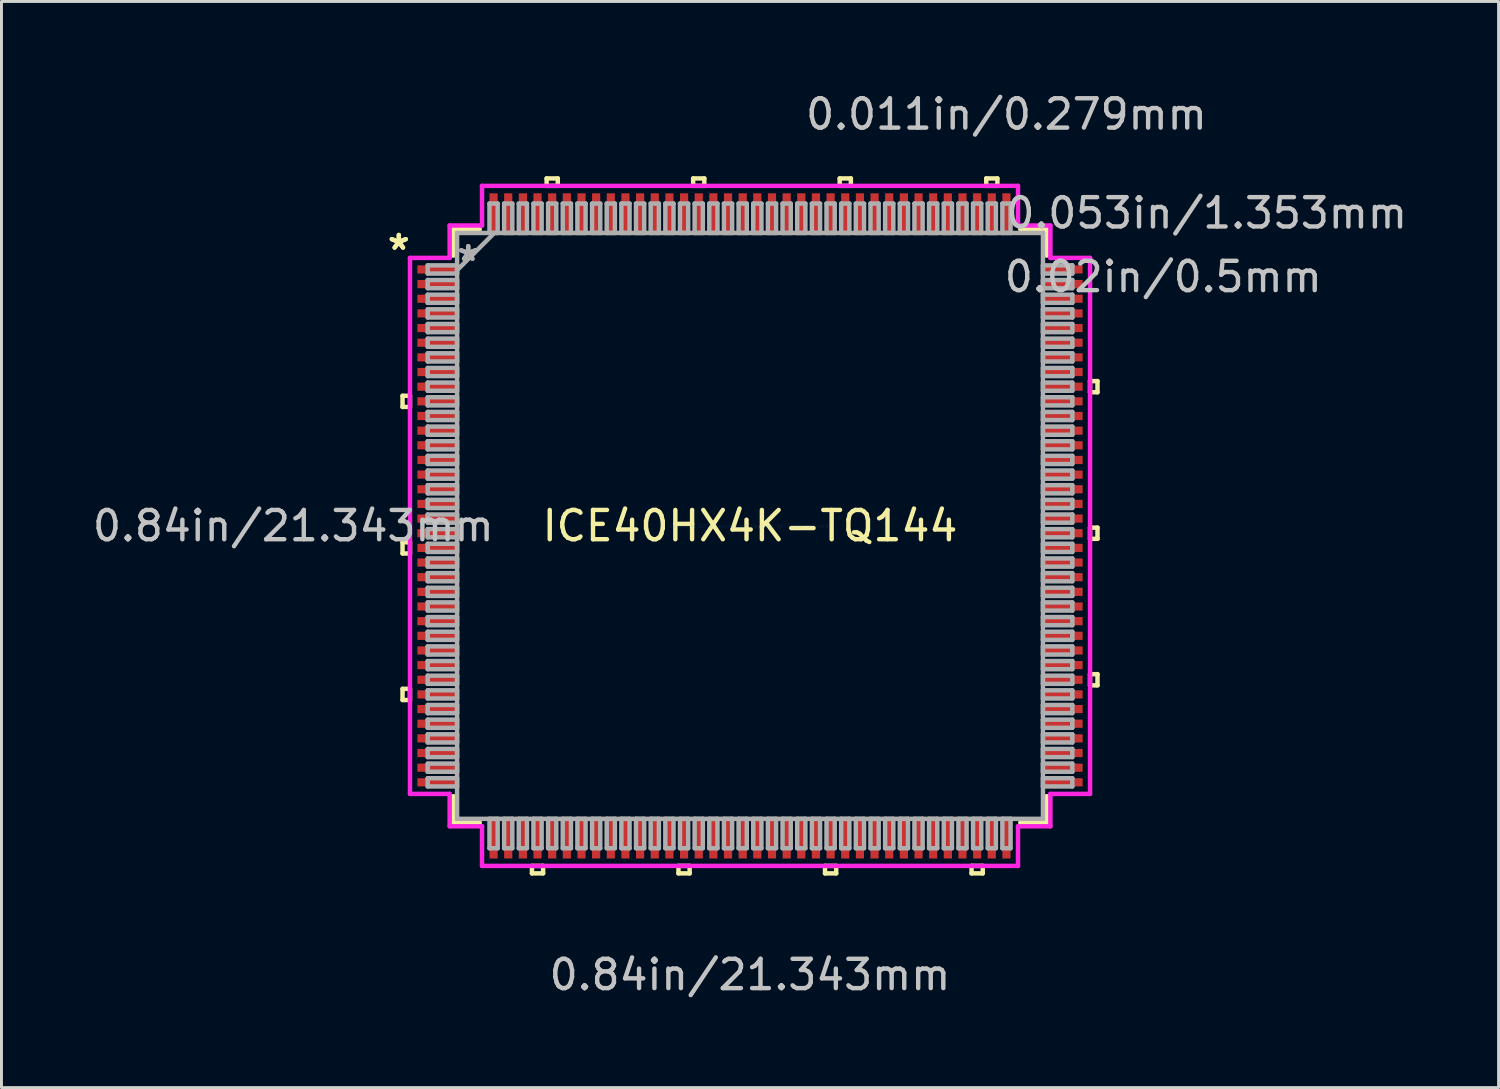
<source format=kicad_pcb>
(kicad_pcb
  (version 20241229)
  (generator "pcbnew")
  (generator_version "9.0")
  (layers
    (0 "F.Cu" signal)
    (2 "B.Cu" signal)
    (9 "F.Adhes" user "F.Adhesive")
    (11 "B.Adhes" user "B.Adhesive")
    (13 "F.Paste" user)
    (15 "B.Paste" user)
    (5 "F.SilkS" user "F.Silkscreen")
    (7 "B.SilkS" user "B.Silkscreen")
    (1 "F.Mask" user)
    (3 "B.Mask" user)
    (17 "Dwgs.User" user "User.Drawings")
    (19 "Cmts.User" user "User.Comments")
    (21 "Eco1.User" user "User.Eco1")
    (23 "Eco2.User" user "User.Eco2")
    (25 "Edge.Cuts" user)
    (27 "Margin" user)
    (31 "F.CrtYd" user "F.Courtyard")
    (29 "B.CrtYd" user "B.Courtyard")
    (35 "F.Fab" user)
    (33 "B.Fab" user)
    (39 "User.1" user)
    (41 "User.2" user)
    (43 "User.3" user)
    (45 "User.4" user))
  (footprint "ICE40HX4K-TQ144"
    (layer "F.Cu")
    (at 22.541 14.894)
    (property "Reference" "ICE40HX4K-TQ144" (at 0 0 0) (layer "F.SilkS") (effects (font (size 1 1) (thickness 0.15))))
    (attr through_hole)
    (fp_line (start -11.856 -4.44) (end -11.856 -4.059) (stroke (width 0.152) (type solid)) (layer "F.SilkS"))
    (fp_line (start -11.856 -4.059) (end -11.602 -4.059) (stroke (width 0.152) (type solid)) (layer "F.SilkS"))
    (fp_line (start -11.856 0.56) (end -11.856 0.941) (stroke (width 0.152) (type solid)) (layer "F.SilkS"))
    (fp_line (start -11.856 0.941) (end -11.602 0.941) (stroke (width 0.152) (type solid)) (layer "F.SilkS"))
    (fp_line (start -11.856 5.56) (end -11.856 5.941) (stroke (width 0.152) (type solid)) (layer "F.SilkS"))
    (fp_line (start -11.856 5.941) (end -11.602 5.941) (stroke (width 0.152) (type solid)) (layer "F.SilkS"))
    (fp_line (start -11.602 -4.44) (end -11.856 -4.44) (stroke (width 0.152) (type solid)) (layer "F.SilkS"))
    (fp_line (start -11.602 -4.059) (end -11.602 -4.44) (stroke (width 0.152) (type solid)) (layer "F.SilkS"))
    (fp_line (start -11.602 0.56) (end -11.856 0.56) (stroke (width 0.152) (type solid)) (layer "F.SilkS"))
    (fp_line (start -11.602 0.941) (end -11.602 0.56) (stroke (width 0.152) (type solid)) (layer "F.SilkS"))
    (fp_line (start -11.602 5.56) (end -11.856 5.56) (stroke (width 0.152) (type solid)) (layer "F.SilkS"))
    (fp_line (start -11.602 5.941) (end -11.602 5.56) (stroke (width 0.152) (type solid)) (layer "F.SilkS"))
    (fp_line (start -10.122 -10.122) (end -10.122 -9.222) (stroke (width 0.152) (type solid)) (layer "F.SilkS"))
    (fp_line (start -10.122 9.222) (end -10.122 10.122) (stroke (width 0.152) (type solid)) (layer "F.SilkS"))
    (fp_line (start -10.122 10.122) (end -9.222 10.122) (stroke (width 0.152) (type solid)) (layer "F.SilkS"))
    (fp_line (start -9.222 -10.122) (end -10.122 -10.122) (stroke (width 0.152) (type solid)) (layer "F.SilkS"))
    (fp_line (start -7.441 11.602) (end -7.441 11.856) (stroke (width 0.152) (type solid)) (layer "F.SilkS"))
    (fp_line (start -7.441 11.856) (end -7.06 11.856) (stroke (width 0.152) (type solid)) (layer "F.SilkS"))
    (fp_line (start -7.06 11.602) (end -7.441 11.602) (stroke (width 0.152) (type solid)) (layer "F.SilkS"))
    (fp_line (start -7.06 11.856) (end -7.06 11.602) (stroke (width 0.152) (type solid)) (layer "F.SilkS"))
    (fp_line (start -6.94 -11.856) (end -6.559 -11.856) (stroke (width 0.152) (type solid)) (layer "F.SilkS"))
    (fp_line (start -6.94 -11.602) (end -6.94 -11.856) (stroke (width 0.152) (type solid)) (layer "F.SilkS"))
    (fp_line (start -6.559 -11.856) (end -6.559 -11.602) (stroke (width 0.152) (type solid)) (layer "F.SilkS"))
    (fp_line (start -6.559 -11.602) (end -6.94 -11.602) (stroke (width 0.152) (type solid)) (layer "F.SilkS"))
    (fp_line (start -2.441 11.602) (end -2.441 11.856) (stroke (width 0.152) (type solid)) (layer "F.SilkS"))
    (fp_line (start -2.441 11.856) (end -2.06 11.856) (stroke (width 0.152) (type solid)) (layer "F.SilkS"))
    (fp_line (start -2.06 11.602) (end -2.441 11.602) (stroke (width 0.152) (type solid)) (layer "F.SilkS"))
    (fp_line (start -2.06 11.856) (end -2.06 11.602) (stroke (width 0.152) (type solid)) (layer "F.SilkS"))
    (fp_line (start -1.94 -11.856) (end -1.559 -11.856) (stroke (width 0.152) (type solid)) (layer "F.SilkS"))
    (fp_line (start -1.94 -11.602) (end -1.94 -11.856) (stroke (width 0.152) (type solid)) (layer "F.SilkS"))
    (fp_line (start -1.559 -11.856) (end -1.559 -11.602) (stroke (width 0.152) (type solid)) (layer "F.SilkS"))
    (fp_line (start -1.559 -11.602) (end -1.94 -11.602) (stroke (width 0.152) (type solid)) (layer "F.SilkS"))
    (fp_line (start 2.559 11.602) (end 2.559 11.856) (stroke (width 0.152) (type solid)) (layer "F.SilkS"))
    (fp_line (start 2.559 11.856) (end 2.941 11.856) (stroke (width 0.152) (type solid)) (layer "F.SilkS"))
    (fp_line (start 2.941 11.602) (end 2.559 11.602) (stroke (width 0.152) (type solid)) (layer "F.SilkS"))
    (fp_line (start 2.941 11.856) (end 2.941 11.602) (stroke (width 0.152) (type solid)) (layer "F.SilkS"))
    (fp_line (start 3.06 -11.856) (end 3.441 -11.856) (stroke (width 0.152) (type solid)) (layer "F.SilkS"))
    (fp_line (start 3.06 -11.602) (end 3.06 -11.856) (stroke (width 0.152) (type solid)) (layer "F.SilkS"))
    (fp_line (start 3.441 -11.856) (end 3.441 -11.602) (stroke (width 0.152) (type solid)) (layer "F.SilkS"))
    (fp_line (start 3.441 -11.602) (end 3.06 -11.602) (stroke (width 0.152) (type solid)) (layer "F.SilkS"))
    (fp_line (start 7.559 11.602) (end 7.559 11.856) (stroke (width 0.152) (type solid)) (layer "F.SilkS"))
    (fp_line (start 7.559 11.856) (end 7.941 11.856) (stroke (width 0.152) (type solid)) (layer "F.SilkS"))
    (fp_line (start 7.941 11.602) (end 7.559 11.602) (stroke (width 0.152) (type solid)) (layer "F.SilkS"))
    (fp_line (start 7.941 11.856) (end 7.941 11.602) (stroke (width 0.152) (type solid)) (layer "F.SilkS"))
    (fp_line (start 8.06 -11.856) (end 8.441 -11.856) (stroke (width 0.152) (type solid)) (layer "F.SilkS"))
    (fp_line (start 8.06 -11.602) (end 8.06 -11.856) (stroke (width 0.152) (type solid)) (layer "F.SilkS"))
    (fp_line (start 8.441 -11.856) (end 8.441 -11.602) (stroke (width 0.152) (type solid)) (layer "F.SilkS"))
    (fp_line (start 8.441 -11.602) (end 8.06 -11.602) (stroke (width 0.152) (type solid)) (layer "F.SilkS"))
    (fp_line (start 9.222 10.122) (end 10.122 10.122) (stroke (width 0.152) (type solid)) (layer "F.SilkS"))
    (fp_line (start 10.122 -10.122) (end 9.222 -10.122) (stroke (width 0.152) (type solid)) (layer "F.SilkS"))
    (fp_line (start 10.122 -9.222) (end 10.122 -10.122) (stroke (width 0.152) (type solid)) (layer "F.SilkS"))
    (fp_line (start 10.122 10.122) (end 10.122 9.222) (stroke (width 0.152) (type solid)) (layer "F.SilkS"))
    (fp_line (start 11.602 -4.941) (end 11.856 -4.941) (stroke (width 0.152) (type solid)) (layer "F.SilkS"))
    (fp_line (start 11.602 -4.56) (end 11.602 -4.941) (stroke (width 0.152) (type solid)) (layer "F.SilkS"))
    (fp_line (start 11.602 0.059) (end 11.856 0.059) (stroke (width 0.152) (type solid)) (layer "F.SilkS"))
    (fp_line (start 11.602 0.441) (end 11.602 0.059) (stroke (width 0.152) (type solid)) (layer "F.SilkS"))
    (fp_line (start 11.602 5.059) (end 11.856 5.059) (stroke (width 0.152) (type solid)) (layer "F.SilkS"))
    (fp_line (start 11.602 5.441) (end 11.602 5.059) (stroke (width 0.152) (type solid)) (layer "F.SilkS"))
    (fp_line (start 11.856 -4.941) (end 11.856 -4.56) (stroke (width 0.152) (type solid)) (layer "F.SilkS"))
    (fp_line (start 11.856 -4.56) (end 11.602 -4.56) (stroke (width 0.152) (type solid)) (layer "F.SilkS"))
    (fp_line (start 11.856 0.059) (end 11.856 0.441) (stroke (width 0.152) (type solid)) (layer "F.SilkS"))
    (fp_line (start 11.856 0.441) (end 11.602 0.441) (stroke (width 0.152) (type solid)) (layer "F.SilkS"))
    (fp_line (start 11.856 5.059) (end 11.856 5.441) (stroke (width 0.152) (type solid)) (layer "F.SilkS"))
    (fp_line (start 11.856 5.441) (end 11.602 5.441) (stroke (width 0.152) (type solid)) (layer "F.SilkS"))
    (fp_line (start -11.602 -9.144) (end -10.249 -9.144) (stroke (width 0.152) (type solid)) (layer "F.CrtYd"))
    (fp_line (start -11.602 9.144) (end -11.602 -9.144) (stroke (width 0.152) (type solid)) (layer "F.CrtYd"))
    (fp_line (start -10.249 -10.249) (end -9.144 -10.249) (stroke (width 0.152) (type solid)) (layer "F.CrtYd"))
    (fp_line (start -10.249 -9.144) (end -10.249 -10.249) (stroke (width 0.152) (type solid)) (layer "F.CrtYd"))
    (fp_line (start -10.249 9.144) (end -11.602 9.144) (stroke (width 0.152) (type solid)) (layer "F.CrtYd"))
    (fp_line (start -10.249 10.249) (end -10.249 9.144) (stroke (width 0.152) (type solid)) (layer "F.CrtYd"))
    (fp_line (start -9.144 -11.602) (end 9.144 -11.602) (stroke (width 0.152) (type solid)) (layer "F.CrtYd"))
    (fp_line (start -9.144 -10.249) (end -9.144 -11.602) (stroke (width 0.152) (type solid)) (layer "F.CrtYd"))
    (fp_line (start -9.144 10.249) (end -10.249 10.249) (stroke (width 0.152) (type solid)) (layer "F.CrtYd"))
    (fp_line (start -9.144 11.602) (end -9.144 10.249) (stroke (width 0.152) (type solid)) (layer "F.CrtYd"))
    (fp_line (start 9.144 -11.602) (end 9.144 -10.249) (stroke (width 0.152) (type solid)) (layer "F.CrtYd"))
    (fp_line (start 9.144 -10.249) (end 10.249 -10.249) (stroke (width 0.152) (type solid)) (layer "F.CrtYd"))
    (fp_line (start 9.144 10.249) (end 9.144 11.602) (stroke (width 0.152) (type solid)) (layer "F.CrtYd"))
    (fp_line (start 9.144 11.602) (end -9.144 11.602) (stroke (width 0.152) (type solid)) (layer "F.CrtYd"))
    (fp_line (start 10.249 -10.249) (end 10.249 -9.144) (stroke (width 0.152) (type solid)) (layer "F.CrtYd"))
    (fp_line (start 10.249 -9.144) (end 11.602 -9.144) (stroke (width 0.152) (type solid)) (layer "F.CrtYd"))
    (fp_line (start 10.249 9.144) (end 10.249 10.249) (stroke (width 0.152) (type solid)) (layer "F.CrtYd"))
    (fp_line (start 10.249 10.249) (end 9.144 10.249) (stroke (width 0.152) (type solid)) (layer "F.CrtYd"))
    (fp_line (start 11.602 -9.144) (end 11.602 9.144) (stroke (width 0.152) (type solid)) (layer "F.CrtYd"))
    (fp_line (start 11.602 9.144) (end 10.249 9.144) (stroke (width 0.152) (type solid)) (layer "F.CrtYd"))
    (fp_line (start -10.998 -8.89) (end -10.998 -8.61) (stroke (width 0.152) (type solid)) (layer "F.Fab"))
    (fp_line (start -10.998 -8.61) (end -9.995 -8.61) (stroke (width 0.152) (type solid)) (layer "F.Fab"))
    (fp_line (start -10.998 -8.39) (end -10.998 -8.11) (stroke (width 0.152) (type solid)) (layer "F.Fab"))
    (fp_line (start -10.998 -8.11) (end -9.995 -8.11) (stroke (width 0.152) (type solid)) (layer "F.Fab"))
    (fp_line (start -10.998 -7.89) (end -10.998 -7.61) (stroke (width 0.152) (type solid)) (layer "F.Fab"))
    (fp_line (start -10.998 -7.61) (end -9.995 -7.61) (stroke (width 0.152) (type solid)) (layer "F.Fab"))
    (fp_line (start -10.998 -7.39) (end -10.998 -7.11) (stroke (width 0.152) (type solid)) (layer "F.Fab"))
    (fp_line (start -10.998 -7.11) (end -9.995 -7.11) (stroke (width 0.152) (type solid)) (layer "F.Fab"))
    (fp_line (start -10.998 -6.89) (end -10.998 -6.61) (stroke (width 0.152) (type solid)) (layer "F.Fab"))
    (fp_line (start -10.998 -6.61) (end -9.995 -6.61) (stroke (width 0.152) (type solid)) (layer "F.Fab"))
    (fp_line (start -10.998 -6.39) (end -10.998 -6.11) (stroke (width 0.152) (type solid)) (layer "F.Fab"))
    (fp_line (start -10.998 -6.11) (end -9.995 -6.11) (stroke (width 0.152) (type solid)) (layer "F.Fab"))
    (fp_line (start -10.998 -5.89) (end -10.998 -5.61) (stroke (width 0.152) (type solid)) (layer "F.Fab"))
    (fp_line (start -10.998 -5.61) (end -9.995 -5.61) (stroke (width 0.152) (type solid)) (layer "F.Fab"))
    (fp_line (start -10.998 -5.39) (end -10.998 -5.11) (stroke (width 0.152) (type solid)) (layer "F.Fab"))
    (fp_line (start -10.998 -5.11) (end -9.995 -5.11) (stroke (width 0.152) (type solid)) (layer "F.Fab"))
    (fp_line (start -10.998 -4.89) (end -10.998 -4.61) (stroke (width 0.152) (type solid)) (layer "F.Fab"))
    (fp_line (start -10.998 -4.61) (end -9.995 -4.61) (stroke (width 0.152) (type solid)) (layer "F.Fab"))
    (fp_line (start -10.998 -4.39) (end -10.998 -4.11) (stroke (width 0.152) (type solid)) (layer "F.Fab"))
    (fp_line (start -10.998 -4.11) (end -9.995 -4.11) (stroke (width 0.152) (type solid)) (layer "F.Fab"))
    (fp_line (start -10.998 -3.89) (end -10.998 -3.61) (stroke (width 0.152) (type solid)) (layer "F.Fab"))
    (fp_line (start -10.998 -3.61) (end -9.995 -3.61) (stroke (width 0.152) (type solid)) (layer "F.Fab"))
    (fp_line (start -10.998 -3.39) (end -10.998 -3.11) (stroke (width 0.152) (type solid)) (layer "F.Fab"))
    (fp_line (start -10.998 -3.11) (end -9.995 -3.11) (stroke (width 0.152) (type solid)) (layer "F.Fab"))
    (fp_line (start -10.998 -2.89) (end -10.998 -2.61) (stroke (width 0.152) (type solid)) (layer "F.Fab"))
    (fp_line (start -10.998 -2.61) (end -9.995 -2.61) (stroke (width 0.152) (type solid)) (layer "F.Fab"))
    (fp_line (start -10.998 -2.39) (end -10.998 -2.11) (stroke (width 0.152) (type solid)) (layer "F.Fab"))
    (fp_line (start -10.998 -2.11) (end -9.995 -2.11) (stroke (width 0.152) (type solid)) (layer "F.Fab"))
    (fp_line (start -10.998 -1.89) (end -10.998 -1.61) (stroke (width 0.152) (type solid)) (layer "F.Fab"))
    (fp_line (start -10.998 -1.61) (end -9.995 -1.61) (stroke (width 0.152) (type solid)) (layer "F.Fab"))
    (fp_line (start -10.998 -1.39) (end -10.998 -1.11) (stroke (width 0.152) (type solid)) (layer "F.Fab"))
    (fp_line (start -10.998 -1.11) (end -9.995 -1.11) (stroke (width 0.152) (type solid)) (layer "F.Fab"))
    (fp_line (start -10.998 -0.89) (end -10.998 -0.61) (stroke (width 0.152) (type solid)) (layer "F.Fab"))
    (fp_line (start -10.998 -0.61) (end -9.995 -0.61) (stroke (width 0.152) (type solid)) (layer "F.Fab"))
    (fp_line (start -10.998 -0.39) (end -10.998 -0.11) (stroke (width 0.152) (type solid)) (layer "F.Fab"))
    (fp_line (start -10.998 -0.11) (end -9.995 -0.11) (stroke (width 0.152) (type solid)) (layer "F.Fab"))
    (fp_line (start -10.998 0.11) (end -10.998 0.39) (stroke (width 0.152) (type solid)) (layer "F.Fab"))
    (fp_line (start -10.998 0.39) (end -9.995 0.39) (stroke (width 0.152) (type solid)) (layer "F.Fab"))
    (fp_line (start -10.998 0.61) (end -10.998 0.89) (stroke (width 0.152) (type solid)) (layer "F.Fab"))
    (fp_line (start -10.998 0.89) (end -9.995 0.89) (stroke (width 0.152) (type solid)) (layer "F.Fab"))
    (fp_line (start -10.998 1.11) (end -10.998 1.39) (stroke (width 0.152) (type solid)) (layer "F.Fab"))
    (fp_line (start -10.998 1.39) (end -9.995 1.39) (stroke (width 0.152) (type solid)) (layer "F.Fab"))
    (fp_line (start -10.998 1.61) (end -10.998 1.89) (stroke (width 0.152) (type solid)) (layer "F.Fab"))
    (fp_line (start -10.998 1.89) (end -9.995 1.89) (stroke (width 0.152) (type solid)) (layer "F.Fab"))
    (fp_line (start -10.998 2.11) (end -10.998 2.39) (stroke (width 0.152) (type solid)) (layer "F.Fab"))
    (fp_line (start -10.998 2.39) (end -9.995 2.39) (stroke (width 0.152) (type solid)) (layer "F.Fab"))
    (fp_line (start -10.998 2.61) (end -10.998 2.89) (stroke (width 0.152) (type solid)) (layer "F.Fab"))
    (fp_line (start -10.998 2.89) (end -9.995 2.89) (stroke (width 0.152) (type solid)) (layer "F.Fab"))
    (fp_line (start -10.998 3.11) (end -10.998 3.39) (stroke (width 0.152) (type solid)) (layer "F.Fab"))
    (fp_line (start -10.998 3.39) (end -9.995 3.39) (stroke (width 0.152) (type solid)) (layer "F.Fab"))
    (fp_line (start -10.998 3.61) (end -10.998 3.89) (stroke (width 0.152) (type solid)) (layer "F.Fab"))
    (fp_line (start -10.998 3.89) (end -9.995 3.89) (stroke (width 0.152) (type solid)) (layer "F.Fab"))
    (fp_line (start -10.998 4.11) (end -10.998 4.39) (stroke (width 0.152) (type solid)) (layer "F.Fab"))
    (fp_line (start -10.998 4.39) (end -9.995 4.39) (stroke (width 0.152) (type solid)) (layer "F.Fab"))
    (fp_line (start -10.998 4.61) (end -10.998 4.89) (stroke (width 0.152) (type solid)) (layer "F.Fab"))
    (fp_line (start -10.998 4.89) (end -9.995 4.89) (stroke (width 0.152) (type solid)) (layer "F.Fab"))
    (fp_line (start -10.998 5.11) (end -10.998 5.39) (stroke (width 0.152) (type solid)) (layer "F.Fab"))
    (fp_line (start -10.998 5.39) (end -9.995 5.39) (stroke (width 0.152) (type solid)) (layer "F.Fab"))
    (fp_line (start -10.998 5.61) (end -10.998 5.89) (stroke (width 0.152) (type solid)) (layer "F.Fab"))
    (fp_line (start -10.998 5.89) (end -9.995 5.89) (stroke (width 0.152) (type solid)) (layer "F.Fab"))
    (fp_line (start -10.998 6.11) (end -10.998 6.39) (stroke (width 0.152) (type solid)) (layer "F.Fab"))
    (fp_line (start -10.998 6.39) (end -9.995 6.39) (stroke (width 0.152) (type solid)) (layer "F.Fab"))
    (fp_line (start -10.998 6.61) (end -10.998 6.89) (stroke (width 0.152) (type solid)) (layer "F.Fab"))
    (fp_line (start -10.998 6.89) (end -9.995 6.89) (stroke (width 0.152) (type solid)) (layer "F.Fab"))
    (fp_line (start -10.998 7.11) (end -10.998 7.39) (stroke (width 0.152) (type solid)) (layer "F.Fab"))
    (fp_line (start -10.998 7.39) (end -9.995 7.39) (stroke (width 0.152) (type solid)) (layer "F.Fab"))
    (fp_line (start -10.998 7.61) (end -10.998 7.89) (stroke (width 0.152) (type solid)) (layer "F.Fab"))
    (fp_line (start -10.998 7.89) (end -9.995 7.89) (stroke (width 0.152) (type solid)) (layer "F.Fab"))
    (fp_line (start -10.998 8.11) (end -10.998 8.39) (stroke (width 0.152) (type solid)) (layer "F.Fab"))
    (fp_line (start -10.998 8.39) (end -9.995 8.39) (stroke (width 0.152) (type solid)) (layer "F.Fab"))
    (fp_line (start -10.998 8.61) (end -10.998 8.89) (stroke (width 0.152) (type solid)) (layer "F.Fab"))
    (fp_line (start -10.998 8.89) (end -9.995 8.89) (stroke (width 0.152) (type solid)) (layer "F.Fab"))
    (fp_line (start -9.995 -9.995) (end -9.995 -9.995) (stroke (width 0.152) (type solid)) (layer "F.Fab"))
    (fp_line (start -9.995 -9.995) (end -9.995 9.995) (stroke (width 0.152) (type solid)) (layer "F.Fab"))
    (fp_line (start -9.995 -8.89) (end -10.998 -8.89) (stroke (width 0.152) (type solid)) (layer "F.Fab"))
    (fp_line (start -9.995 -8.725) (end -8.725 -9.995) (stroke (width 0.152) (type solid)) (layer "F.Fab"))
    (fp_line (start -9.995 -8.61) (end -9.995 -8.89) (stroke (width 0.152) (type solid)) (layer "F.Fab"))
    (fp_line (start -9.995 -8.39) (end -10.998 -8.39) (stroke (width 0.152) (type solid)) (layer "F.Fab"))
    (fp_line (start -9.995 -8.11) (end -9.995 -8.39) (stroke (width 0.152) (type solid)) (layer "F.Fab"))
    (fp_line (start -9.995 -7.89) (end -10.998 -7.89) (stroke (width 0.152) (type solid)) (layer "F.Fab"))
    (fp_line (start -9.995 -7.61) (end -9.995 -7.89) (stroke (width 0.152) (type solid)) (layer "F.Fab"))
    (fp_line (start -9.995 -7.39) (end -10.998 -7.39) (stroke (width 0.152) (type solid)) (layer "F.Fab"))
    (fp_line (start -9.995 -7.11) (end -9.995 -7.39) (stroke (width 0.152) (type solid)) (layer "F.Fab"))
    (fp_line (start -9.995 -6.89) (end -10.998 -6.89) (stroke (width 0.152) (type solid)) (layer "F.Fab"))
    (fp_line (start -9.995 -6.61) (end -9.995 -6.89) (stroke (width 0.152) (type solid)) (layer "F.Fab"))
    (fp_line (start -9.995 -6.39) (end -10.998 -6.39) (stroke (width 0.152) (type solid)) (layer "F.Fab"))
    (fp_line (start -9.995 -6.11) (end -9.995 -6.39) (stroke (width 0.152) (type solid)) (layer "F.Fab"))
    (fp_line (start -9.995 -5.89) (end -10.998 -5.89) (stroke (width 0.152) (type solid)) (layer "F.Fab"))
    (fp_line (start -9.995 -5.61) (end -9.995 -5.89) (stroke (width 0.152) (type solid)) (layer "F.Fab"))
    (fp_line (start -9.995 -5.39) (end -10.998 -5.39) (stroke (width 0.152) (type solid)) (layer "F.Fab"))
    (fp_line (start -9.995 -5.11) (end -9.995 -5.39) (stroke (width 0.152) (type solid)) (layer "F.Fab"))
    (fp_line (start -9.995 -4.89) (end -10.998 -4.89) (stroke (width 0.152) (type solid)) (layer "F.Fab"))
    (fp_line (start -9.995 -4.61) (end -9.995 -4.89) (stroke (width 0.152) (type solid)) (layer "F.Fab"))
    (fp_line (start -9.995 -4.39) (end -10.998 -4.39) (stroke (width 0.152) (type solid)) (layer "F.Fab"))
    (fp_line (start -9.995 -4.11) (end -9.995 -4.39) (stroke (width 0.152) (type solid)) (layer "F.Fab"))
    (fp_line (start -9.995 -3.89) (end -10.998 -3.89) (stroke (width 0.152) (type solid)) (layer "F.Fab"))
    (fp_line (start -9.995 -3.61) (end -9.995 -3.89) (stroke (width 0.152) (type solid)) (layer "F.Fab"))
    (fp_line (start -9.995 -3.39) (end -10.998 -3.39) (stroke (width 0.152) (type solid)) (layer "F.Fab"))
    (fp_line (start -9.995 -3.11) (end -9.995 -3.39) (stroke (width 0.152) (type solid)) (layer "F.Fab"))
    (fp_line (start -9.995 -2.89) (end -10.998 -2.89) (stroke (width 0.152) (type solid)) (layer "F.Fab"))
    (fp_line (start -9.995 -2.61) (end -9.995 -2.89) (stroke (width 0.152) (type solid)) (layer "F.Fab"))
    (fp_line (start -9.995 -2.39) (end -10.998 -2.39) (stroke (width 0.152) (type solid)) (layer "F.Fab"))
    (fp_line (start -9.995 -2.11) (end -9.995 -2.39) (stroke (width 0.152) (type solid)) (layer "F.Fab"))
    (fp_line (start -9.995 -1.89) (end -10.998 -1.89) (stroke (width 0.152) (type solid)) (layer "F.Fab"))
    (fp_line (start -9.995 -1.61) (end -9.995 -1.89) (stroke (width 0.152) (type solid)) (layer "F.Fab"))
    (fp_line (start -9.995 -1.39) (end -10.998 -1.39) (stroke (width 0.152) (type solid)) (layer "F.Fab"))
    (fp_line (start -9.995 -1.11) (end -9.995 -1.39) (stroke (width 0.152) (type solid)) (layer "F.Fab"))
    (fp_line (start -9.995 -0.89) (end -10.998 -0.89) (stroke (width 0.152) (type solid)) (layer "F.Fab"))
    (fp_line (start -9.995 -0.61) (end -9.995 -0.89) (stroke (width 0.152) (type solid)) (layer "F.Fab"))
    (fp_line (start -9.995 -0.39) (end -10.998 -0.39) (stroke (width 0.152) (type solid)) (layer "F.Fab"))
    (fp_line (start -9.995 -0.11) (end -9.995 -0.39) (stroke (width 0.152) (type solid)) (layer "F.Fab"))
    (fp_line (start -9.995 0.11) (end -10.998 0.11) (stroke (width 0.152) (type solid)) (layer "F.Fab"))
    (fp_line (start -9.995 0.39) (end -9.995 0.11) (stroke (width 0.152) (type solid)) (layer "F.Fab"))
    (fp_line (start -9.995 0.61) (end -10.998 0.61) (stroke (width 0.152) (type solid)) (layer "F.Fab"))
    (fp_line (start -9.995 0.89) (end -9.995 0.61) (stroke (width 0.152) (type solid)) (layer "F.Fab"))
    (fp_line (start -9.995 1.11) (end -10.998 1.11) (stroke (width 0.152) (type solid)) (layer "F.Fab"))
    (fp_line (start -9.995 1.39) (end -9.995 1.11) (stroke (width 0.152) (type solid)) (layer "F.Fab"))
    (fp_line (start -9.995 1.61) (end -10.998 1.61) (stroke (width 0.152) (type solid)) (layer "F.Fab"))
    (fp_line (start -9.995 1.89) (end -9.995 1.61) (stroke (width 0.152) (type solid)) (layer "F.Fab"))
    (fp_line (start -9.995 2.11) (end -10.998 2.11) (stroke (width 0.152) (type solid)) (layer "F.Fab"))
    (fp_line (start -9.995 2.39) (end -9.995 2.11) (stroke (width 0.152) (type solid)) (layer "F.Fab"))
    (fp_line (start -9.995 2.61) (end -10.998 2.61) (stroke (width 0.152) (type solid)) (layer "F.Fab"))
    (fp_line (start -9.995 2.89) (end -9.995 2.61) (stroke (width 0.152) (type solid)) (layer "F.Fab"))
    (fp_line (start -9.995 3.11) (end -10.998 3.11) (stroke (width 0.152) (type solid)) (layer "F.Fab"))
    (fp_line (start -9.995 3.39) (end -9.995 3.11) (stroke (width 0.152) (type solid)) (layer "F.Fab"))
    (fp_line (start -9.995 3.61) (end -10.998 3.61) (stroke (width 0.152) (type solid)) (layer "F.Fab"))
    (fp_line (start -9.995 3.89) (end -9.995 3.61) (stroke (width 0.152) (type solid)) (layer "F.Fab"))
    (fp_line (start -9.995 4.11) (end -10.998 4.11) (stroke (width 0.152) (type solid)) (layer "F.Fab"))
    (fp_line (start -9.995 4.39) (end -9.995 4.11) (stroke (width 0.152) (type solid)) (layer "F.Fab"))
    (fp_line (start -9.995 4.61) (end -10.998 4.61) (stroke (width 0.152) (type solid)) (layer "F.Fab"))
    (fp_line (start -9.995 4.89) (end -9.995 4.61) (stroke (width 0.152) (type solid)) (layer "F.Fab"))
    (fp_line (start -9.995 5.11) (end -10.998 5.11) (stroke (width 0.152) (type solid)) (layer "F.Fab"))
    (fp_line (start -9.995 5.39) (end -9.995 5.11) (stroke (width 0.152) (type solid)) (layer "F.Fab"))
    (fp_line (start -9.995 5.61) (end -10.998 5.61) (stroke (width 0.152) (type solid)) (layer "F.Fab"))
    (fp_line (start -9.995 5.89) (end -9.995 5.61) (stroke (width 0.152) (type solid)) (layer "F.Fab"))
    (fp_line (start -9.995 6.11) (end -10.998 6.11) (stroke (width 0.152) (type solid)) (layer "F.Fab"))
    (fp_line (start -9.995 6.39) (end -9.995 6.11) (stroke (width 0.152) (type solid)) (layer "F.Fab"))
    (fp_line (start -9.995 6.61) (end -10.998 6.61) (stroke (width 0.152) (type solid)) (layer "F.Fab"))
    (fp_line (start -9.995 6.89) (end -9.995 6.61) (stroke (width 0.152) (type solid)) (layer "F.Fab"))
    (fp_line (start -9.995 7.11) (end -10.998 7.11) (stroke (width 0.152) (type solid)) (layer "F.Fab"))
    (fp_line (start -9.995 7.39) (end -9.995 7.11) (stroke (width 0.152) (type solid)) (layer "F.Fab"))
    (fp_line (start -9.995 7.61) (end -10.998 7.61) (stroke (width 0.152) (type solid)) (layer "F.Fab"))
    (fp_line (start -9.995 7.89) (end -9.995 7.61) (stroke (width 0.152) (type solid)) (layer "F.Fab"))
    (fp_line (start -9.995 8.11) (end -10.998 8.11) (stroke (width 0.152) (type solid)) (layer "F.Fab"))
    (fp_line (start -9.995 8.39) (end -9.995 8.11) (stroke (width 0.152) (type solid)) (layer "F.Fab"))
    (fp_line (start -9.995 8.61) (end -10.998 8.61) (stroke (width 0.152) (type solid)) (layer "F.Fab"))
    (fp_line (start -9.995 8.89) (end -9.995 8.61) (stroke (width 0.152) (type solid)) (layer "F.Fab"))
    (fp_line (start -9.995 9.995) (end -9.995 9.995) (stroke (width 0.152) (type solid)) (layer "F.Fab"))
    (fp_line (start -9.995 9.995) (end 9.995 9.995) (stroke (width 0.152) (type solid)) (layer "F.Fab"))
    (fp_line (start -8.89 -10.998) (end -8.89 -9.995) (stroke (width 0.152) (type solid)) (layer "F.Fab"))
    (fp_line (start -8.89 -9.995) (end -8.61 -9.995) (stroke (width 0.152) (type solid)) (layer "F.Fab"))
    (fp_line (start -8.89 9.995) (end -8.89 10.998) (stroke (width 0.152) (type solid)) (layer "F.Fab"))
    (fp_line (start -8.89 10.998) (end -8.61 10.998) (stroke (width 0.152) (type solid)) (layer "F.Fab"))
    (fp_line (start -8.61 -10.998) (end -8.89 -10.998) (stroke (width 0.152) (type solid)) (layer "F.Fab"))
    (fp_line (start -8.61 -9.995) (end -8.61 -10.998) (stroke (width 0.152) (type solid)) (layer "F.Fab"))
    (fp_line (start -8.61 9.995) (end -8.89 9.995) (stroke (width 0.152) (type solid)) (layer "F.Fab"))
    (fp_line (start -8.61 10.998) (end -8.61 9.995) (stroke (width 0.152) (type solid)) (layer "F.Fab"))
    (fp_line (start -8.39 -10.998) (end -8.39 -9.995) (stroke (width 0.152) (type solid)) (layer "F.Fab"))
    (fp_line (start -8.39 -9.995) (end -8.11 -9.995) (stroke (width 0.152) (type solid)) (layer "F.Fab"))
    (fp_line (start -8.39 9.995) (end -8.39 10.998) (stroke (width 0.152) (type solid)) (layer "F.Fab"))
    (fp_line (start -8.39 10.998) (end -8.11 10.998) (stroke (width 0.152) (type solid)) (layer "F.Fab"))
    (fp_line (start -8.11 -10.998) (end -8.39 -10.998) (stroke (width 0.152) (type solid)) (layer "F.Fab"))
    (fp_line (start -8.11 -9.995) (end -8.11 -10.998) (stroke (width 0.152) (type solid)) (layer "F.Fab"))
    (fp_line (start -8.11 9.995) (end -8.39 9.995) (stroke (width 0.152) (type solid)) (layer "F.Fab"))
    (fp_line (start -8.11 10.998) (end -8.11 9.995) (stroke (width 0.152) (type solid)) (layer "F.Fab"))
    (fp_line (start -7.89 -10.998) (end -7.89 -9.995) (stroke (width 0.152) (type solid)) (layer "F.Fab"))
    (fp_line (start -7.89 -9.995) (end -7.61 -9.995) (stroke (width 0.152) (type solid)) (layer "F.Fab"))
    (fp_line (start -7.89 9.995) (end -7.89 10.998) (stroke (width 0.152) (type solid)) (layer "F.Fab"))
    (fp_line (start -7.89 10.998) (end -7.61 10.998) (stroke (width 0.152) (type solid)) (layer "F.Fab"))
    (fp_line (start -7.61 -10.998) (end -7.89 -10.998) (stroke (width 0.152) (type solid)) (layer "F.Fab"))
    (fp_line (start -7.61 -9.995) (end -7.61 -10.998) (stroke (width 0.152) (type solid)) (layer "F.Fab"))
    (fp_line (start -7.61 9.995) (end -7.89 9.995) (stroke (width 0.152) (type solid)) (layer "F.Fab"))
    (fp_line (start -7.61 10.998) (end -7.61 9.995) (stroke (width 0.152) (type solid)) (layer "F.Fab"))
    (fp_line (start -7.39 -10.998) (end -7.39 -9.995) (stroke (width 0.152) (type solid)) (layer "F.Fab"))
    (fp_line (start -7.39 -9.995) (end -7.11 -9.995) (stroke (width 0.152) (type solid)) (layer "F.Fab"))
    (fp_line (start -7.39 9.995) (end -7.39 10.998) (stroke (width 0.152) (type solid)) (layer "F.Fab"))
    (fp_line (start -7.39 10.998) (end -7.11 10.998) (stroke (width 0.152) (type solid)) (layer "F.Fab"))
    (fp_line (start -7.11 -10.998) (end -7.39 -10.998) (stroke (width 0.152) (type solid)) (layer "F.Fab"))
    (fp_line (start -7.11 -9.995) (end -7.11 -10.998) (stroke (width 0.152) (type solid)) (layer "F.Fab"))
    (fp_line (start -7.11 9.995) (end -7.39 9.995) (stroke (width 0.152) (type solid)) (layer "F.Fab"))
    (fp_line (start -7.11 10.998) (end -7.11 9.995) (stroke (width 0.152) (type solid)) (layer "F.Fab"))
    (fp_line (start -6.89 -10.998) (end -6.89 -9.995) (stroke (width 0.152) (type solid)) (layer "F.Fab"))
    (fp_line (start -6.89 -9.995) (end -6.61 -9.995) (stroke (width 0.152) (type solid)) (layer "F.Fab"))
    (fp_line (start -6.89 9.995) (end -6.89 10.998) (stroke (width 0.152) (type solid)) (layer "F.Fab"))
    (fp_line (start -6.89 10.998) (end -6.61 10.998) (stroke (width 0.152) (type solid)) (layer "F.Fab"))
    (fp_line (start -6.61 -10.998) (end -6.89 -10.998) (stroke (width 0.152) (type solid)) (layer "F.Fab"))
    (fp_line (start -6.61 -9.995) (end -6.61 -10.998) (stroke (width 0.152) (type solid)) (layer "F.Fab"))
    (fp_line (start -6.61 9.995) (end -6.89 9.995) (stroke (width 0.152) (type solid)) (layer "F.Fab"))
    (fp_line (start -6.61 10.998) (end -6.61 9.995) (stroke (width 0.152) (type solid)) (layer "F.Fab"))
    (fp_line (start -6.39 -10.998) (end -6.39 -9.995) (stroke (width 0.152) (type solid)) (layer "F.Fab"))
    (fp_line (start -6.39 -9.995) (end -6.11 -9.995) (stroke (width 0.152) (type solid)) (layer "F.Fab"))
    (fp_line (start -6.39 9.995) (end -6.39 10.998) (stroke (width 0.152) (type solid)) (layer "F.Fab"))
    (fp_line (start -6.39 10.998) (end -6.11 10.998) (stroke (width 0.152) (type solid)) (layer "F.Fab"))
    (fp_line (start -6.11 -10.998) (end -6.39 -10.998) (stroke (width 0.152) (type solid)) (layer "F.Fab"))
    (fp_line (start -6.11 -9.995) (end -6.11 -10.998) (stroke (width 0.152) (type solid)) (layer "F.Fab"))
    (fp_line (start -6.11 9.995) (end -6.39 9.995) (stroke (width 0.152) (type solid)) (layer "F.Fab"))
    (fp_line (start -6.11 10.998) (end -6.11 9.995) (stroke (width 0.152) (type solid)) (layer "F.Fab"))
    (fp_line (start -5.89 -10.998) (end -5.89 -9.995) (stroke (width 0.152) (type solid)) (layer "F.Fab"))
    (fp_line (start -5.89 -9.995) (end -5.61 -9.995) (stroke (width 0.152) (type solid)) (layer "F.Fab"))
    (fp_line (start -5.89 9.995) (end -5.89 10.998) (stroke (width 0.152) (type solid)) (layer "F.Fab"))
    (fp_line (start -5.89 10.998) (end -5.61 10.998) (stroke (width 0.152) (type solid)) (layer "F.Fab"))
    (fp_line (start -5.61 -10.998) (end -5.89 -10.998) (stroke (width 0.152) (type solid)) (layer "F.Fab"))
    (fp_line (start -5.61 -9.995) (end -5.61 -10.998) (stroke (width 0.152) (type solid)) (layer "F.Fab"))
    (fp_line (start -5.61 9.995) (end -5.89 9.995) (stroke (width 0.152) (type solid)) (layer "F.Fab"))
    (fp_line (start -5.61 10.998) (end -5.61 9.995) (stroke (width 0.152) (type solid)) (layer "F.Fab"))
    (fp_line (start -5.39 -10.998) (end -5.39 -9.995) (stroke (width 0.152) (type solid)) (layer "F.Fab"))
    (fp_line (start -5.39 -9.995) (end -5.11 -9.995) (stroke (width 0.152) (type solid)) (layer "F.Fab"))
    (fp_line (start -5.39 9.995) (end -5.39 10.998) (stroke (width 0.152) (type solid)) (layer "F.Fab"))
    (fp_line (start -5.39 10.998) (end -5.11 10.998) (stroke (width 0.152) (type solid)) (layer "F.Fab"))
    (fp_line (start -5.11 -10.998) (end -5.39 -10.998) (stroke (width 0.152) (type solid)) (layer "F.Fab"))
    (fp_line (start -5.11 -9.995) (end -5.11 -10.998) (stroke (width 0.152) (type solid)) (layer "F.Fab"))
    (fp_line (start -5.11 9.995) (end -5.39 9.995) (stroke (width 0.152) (type solid)) (layer "F.Fab"))
    (fp_line (start -5.11 10.998) (end -5.11 9.995) (stroke (width 0.152) (type solid)) (layer "F.Fab"))
    (fp_line (start -4.89 -10.998) (end -4.89 -9.995) (stroke (width 0.152) (type solid)) (layer "F.Fab"))
    (fp_line (start -4.89 -9.995) (end -4.61 -9.995) (stroke (width 0.152) (type solid)) (layer "F.Fab"))
    (fp_line (start -4.89 9.995) (end -4.89 10.998) (stroke (width 0.152) (type solid)) (layer "F.Fab"))
    (fp_line (start -4.89 10.998) (end -4.61 10.998) (stroke (width 0.152) (type solid)) (layer "F.Fab"))
    (fp_line (start -4.61 -10.998) (end -4.89 -10.998) (stroke (width 0.152) (type solid)) (layer "F.Fab"))
    (fp_line (start -4.61 -9.995) (end -4.61 -10.998) (stroke (width 0.152) (type solid)) (layer "F.Fab"))
    (fp_line (start -4.61 9.995) (end -4.89 9.995) (stroke (width 0.152) (type solid)) (layer "F.Fab"))
    (fp_line (start -4.61 10.998) (end -4.61 9.995) (stroke (width 0.152) (type solid)) (layer "F.Fab"))
    (fp_line (start -4.39 -10.998) (end -4.39 -9.995) (stroke (width 0.152) (type solid)) (layer "F.Fab"))
    (fp_line (start -4.39 -9.995) (end -4.11 -9.995) (stroke (width 0.152) (type solid)) (layer "F.Fab"))
    (fp_line (start -4.39 9.995) (end -4.39 10.998) (stroke (width 0.152) (type solid)) (layer "F.Fab"))
    (fp_line (start -4.39 10.998) (end -4.11 10.998) (stroke (width 0.152) (type solid)) (layer "F.Fab"))
    (fp_line (start -4.11 -10.998) (end -4.39 -10.998) (stroke (width 0.152) (type solid)) (layer "F.Fab"))
    (fp_line (start -4.11 -9.995) (end -4.11 -10.998) (stroke (width 0.152) (type solid)) (layer "F.Fab"))
    (fp_line (start -4.11 9.995) (end -4.39 9.995) (stroke (width 0.152) (type solid)) (layer "F.Fab"))
    (fp_line (start -4.11 10.998) (end -4.11 9.995) (stroke (width 0.152) (type solid)) (layer "F.Fab"))
    (fp_line (start -3.89 -10.998) (end -3.89 -9.995) (stroke (width 0.152) (type solid)) (layer "F.Fab"))
    (fp_line (start -3.89 -9.995) (end -3.61 -9.995) (stroke (width 0.152) (type solid)) (layer "F.Fab"))
    (fp_line (start -3.89 9.995) (end -3.89 10.998) (stroke (width 0.152) (type solid)) (layer "F.Fab"))
    (fp_line (start -3.89 10.998) (end -3.61 10.998) (stroke (width 0.152) (type solid)) (layer "F.Fab"))
    (fp_line (start -3.61 -10.998) (end -3.89 -10.998) (stroke (width 0.152) (type solid)) (layer "F.Fab"))
    (fp_line (start -3.61 -9.995) (end -3.61 -10.998) (stroke (width 0.152) (type solid)) (layer "F.Fab"))
    (fp_line (start -3.61 9.995) (end -3.89 9.995) (stroke (width 0.152) (type solid)) (layer "F.Fab"))
    (fp_line (start -3.61 10.998) (end -3.61 9.995) (stroke (width 0.152) (type solid)) (layer "F.Fab"))
    (fp_line (start -3.39 -10.998) (end -3.39 -9.995) (stroke (width 0.152) (type solid)) (layer "F.Fab"))
    (fp_line (start -3.39 -9.995) (end -3.11 -9.995) (stroke (width 0.152) (type solid)) (layer "F.Fab"))
    (fp_line (start -3.39 9.995) (end -3.39 10.998) (stroke (width 0.152) (type solid)) (layer "F.Fab"))
    (fp_line (start -3.39 10.998) (end -3.11 10.998) (stroke (width 0.152) (type solid)) (layer "F.Fab"))
    (fp_line (start -3.11 -10.998) (end -3.39 -10.998) (stroke (width 0.152) (type solid)) (layer "F.Fab"))
    (fp_line (start -3.11 -9.995) (end -3.11 -10.998) (stroke (width 0.152) (type solid)) (layer "F.Fab"))
    (fp_line (start -3.11 9.995) (end -3.39 9.995) (stroke (width 0.152) (type solid)) (layer "F.Fab"))
    (fp_line (start -3.11 10.998) (end -3.11 9.995) (stroke (width 0.152) (type solid)) (layer "F.Fab"))
    (fp_line (start -2.89 -10.998) (end -2.89 -9.995) (stroke (width 0.152) (type solid)) (layer "F.Fab"))
    (fp_line (start -2.89 -9.995) (end -2.61 -9.995) (stroke (width 0.152) (type solid)) (layer "F.Fab"))
    (fp_line (start -2.89 9.995) (end -2.89 10.998) (stroke (width 0.152) (type solid)) (layer "F.Fab"))
    (fp_line (start -2.89 10.998) (end -2.61 10.998) (stroke (width 0.152) (type solid)) (layer "F.Fab"))
    (fp_line (start -2.61 -10.998) (end -2.89 -10.998) (stroke (width 0.152) (type solid)) (layer "F.Fab"))
    (fp_line (start -2.61 -9.995) (end -2.61 -10.998) (stroke (width 0.152) (type solid)) (layer "F.Fab"))
    (fp_line (start -2.61 9.995) (end -2.89 9.995) (stroke (width 0.152) (type solid)) (layer "F.Fab"))
    (fp_line (start -2.61 10.998) (end -2.61 9.995) (stroke (width 0.152) (type solid)) (layer "F.Fab"))
    (fp_line (start -2.39 -10.998) (end -2.39 -9.995) (stroke (width 0.152) (type solid)) (layer "F.Fab"))
    (fp_line (start -2.39 -9.995) (end -2.11 -9.995) (stroke (width 0.152) (type solid)) (layer "F.Fab"))
    (fp_line (start -2.39 9.995) (end -2.39 10.998) (stroke (width 0.152) (type solid)) (layer "F.Fab"))
    (fp_line (start -2.39 10.998) (end -2.11 10.998) (stroke (width 0.152) (type solid)) (layer "F.Fab"))
    (fp_line (start -2.11 -10.998) (end -2.39 -10.998) (stroke (width 0.152) (type solid)) (layer "F.Fab"))
    (fp_line (start -2.11 -9.995) (end -2.11 -10.998) (stroke (width 0.152) (type solid)) (layer "F.Fab"))
    (fp_line (start -2.11 9.995) (end -2.39 9.995) (stroke (width 0.152) (type solid)) (layer "F.Fab"))
    (fp_line (start -2.11 10.998) (end -2.11 9.995) (stroke (width 0.152) (type solid)) (layer "F.Fab"))
    (fp_line (start -1.89 -10.998) (end -1.89 -9.995) (stroke (width 0.152) (type solid)) (layer "F.Fab"))
    (fp_line (start -1.89 -9.995) (end -1.61 -9.995) (stroke (width 0.152) (type solid)) (layer "F.Fab"))
    (fp_line (start -1.89 9.995) (end -1.89 10.998) (stroke (width 0.152) (type solid)) (layer "F.Fab"))
    (fp_line (start -1.89 10.998) (end -1.61 10.998) (stroke (width 0.152) (type solid)) (layer "F.Fab"))
    (fp_line (start -1.61 -10.998) (end -1.89 -10.998) (stroke (width 0.152) (type solid)) (layer "F.Fab"))
    (fp_line (start -1.61 -9.995) (end -1.61 -10.998) (stroke (width 0.152) (type solid)) (layer "F.Fab"))
    (fp_line (start -1.61 9.995) (end -1.89 9.995) (stroke (width 0.152) (type solid)) (layer "F.Fab"))
    (fp_line (start -1.61 10.998) (end -1.61 9.995) (stroke (width 0.152) (type solid)) (layer "F.Fab"))
    (fp_line (start -1.39 -10.998) (end -1.39 -9.995) (stroke (width 0.152) (type solid)) (layer "F.Fab"))
    (fp_line (start -1.39 -9.995) (end -1.11 -9.995) (stroke (width 0.152) (type solid)) (layer "F.Fab"))
    (fp_line (start -1.39 9.995) (end -1.39 10.998) (stroke (width 0.152) (type solid)) (layer "F.Fab"))
    (fp_line (start -1.39 10.998) (end -1.11 10.998) (stroke (width 0.152) (type solid)) (layer "F.Fab"))
    (fp_line (start -1.11 -10.998) (end -1.39 -10.998) (stroke (width 0.152) (type solid)) (layer "F.Fab"))
    (fp_line (start -1.11 -9.995) (end -1.11 -10.998) (stroke (width 0.152) (type solid)) (layer "F.Fab"))
    (fp_line (start -1.11 9.995) (end -1.39 9.995) (stroke (width 0.152) (type solid)) (layer "F.Fab"))
    (fp_line (start -1.11 10.998) (end -1.11 9.995) (stroke (width 0.152) (type solid)) (layer "F.Fab"))
    (fp_line (start -0.89 -10.998) (end -0.89 -9.995) (stroke (width 0.152) (type solid)) (layer "F.Fab"))
    (fp_line (start -0.89 -9.995) (end -0.61 -9.995) (stroke (width 0.152) (type solid)) (layer "F.Fab"))
    (fp_line (start -0.89 9.995) (end -0.89 10.998) (stroke (width 0.152) (type solid)) (layer "F.Fab"))
    (fp_line (start -0.89 10.998) (end -0.61 10.998) (stroke (width 0.152) (type solid)) (layer "F.Fab"))
    (fp_line (start -0.61 -10.998) (end -0.89 -10.998) (stroke (width 0.152) (type solid)) (layer "F.Fab"))
    (fp_line (start -0.61 -9.995) (end -0.61 -10.998) (stroke (width 0.152) (type solid)) (layer "F.Fab"))
    (fp_line (start -0.61 9.995) (end -0.89 9.995) (stroke (width 0.152) (type solid)) (layer "F.Fab"))
    (fp_line (start -0.61 10.998) (end -0.61 9.995) (stroke (width 0.152) (type solid)) (layer "F.Fab"))
    (fp_line (start -0.39 -10.998) (end -0.39 -9.995) (stroke (width 0.152) (type solid)) (layer "F.Fab"))
    (fp_line (start -0.39 -9.995) (end -0.11 -9.995) (stroke (width 0.152) (type solid)) (layer "F.Fab"))
    (fp_line (start -0.39 9.995) (end -0.39 10.998) (stroke (width 0.152) (type solid)) (layer "F.Fab"))
    (fp_line (start -0.39 10.998) (end -0.11 10.998) (stroke (width 0.152) (type solid)) (layer "F.Fab"))
    (fp_line (start -0.11 -10.998) (end -0.39 -10.998) (stroke (width 0.152) (type solid)) (layer "F.Fab"))
    (fp_line (start -0.11 -9.995) (end -0.11 -10.998) (stroke (width 0.152) (type solid)) (layer "F.Fab"))
    (fp_line (start -0.11 9.995) (end -0.39 9.995) (stroke (width 0.152) (type solid)) (layer "F.Fab"))
    (fp_line (start -0.11 10.998) (end -0.11 9.995) (stroke (width 0.152) (type solid)) (layer "F.Fab"))
    (fp_line (start 0.11 -10.998) (end 0.11 -9.995) (stroke (width 0.152) (type solid)) (layer "F.Fab"))
    (fp_line (start 0.11 -9.995) (end 0.39 -9.995) (stroke (width 0.152) (type solid)) (layer "F.Fab"))
    (fp_line (start 0.11 9.995) (end 0.11 10.998) (stroke (width 0.152) (type solid)) (layer "F.Fab"))
    (fp_line (start 0.11 10.998) (end 0.39 10.998) (stroke (width 0.152) (type solid)) (layer "F.Fab"))
    (fp_line (start 0.39 -10.998) (end 0.11 -10.998) (stroke (width 0.152) (type solid)) (layer "F.Fab"))
    (fp_line (start 0.39 -9.995) (end 0.39 -10.998) (stroke (width 0.152) (type solid)) (layer "F.Fab"))
    (fp_line (start 0.39 9.995) (end 0.11 9.995) (stroke (width 0.152) (type solid)) (layer "F.Fab"))
    (fp_line (start 0.39 10.998) (end 0.39 9.995) (stroke (width 0.152) (type solid)) (layer "F.Fab"))
    (fp_line (start 0.61 -10.998) (end 0.61 -9.995) (stroke (width 0.152) (type solid)) (layer "F.Fab"))
    (fp_line (start 0.61 -9.995) (end 0.89 -9.995) (stroke (width 0.152) (type solid)) (layer "F.Fab"))
    (fp_line (start 0.61 9.995) (end 0.61 10.998) (stroke (width 0.152) (type solid)) (layer "F.Fab"))
    (fp_line (start 0.61 10.998) (end 0.89 10.998) (stroke (width 0.152) (type solid)) (layer "F.Fab"))
    (fp_line (start 0.89 -10.998) (end 0.61 -10.998) (stroke (width 0.152) (type solid)) (layer "F.Fab"))
    (fp_line (start 0.89 -9.995) (end 0.89 -10.998) (stroke (width 0.152) (type solid)) (layer "F.Fab"))
    (fp_line (start 0.89 9.995) (end 0.61 9.995) (stroke (width 0.152) (type solid)) (layer "F.Fab"))
    (fp_line (start 0.89 10.998) (end 0.89 9.995) (stroke (width 0.152) (type solid)) (layer "F.Fab"))
    (fp_line (start 1.11 -10.998) (end 1.11 -9.995) (stroke (width 0.152) (type solid)) (layer "F.Fab"))
    (fp_line (start 1.11 -9.995) (end 1.39 -9.995) (stroke (width 0.152) (type solid)) (layer "F.Fab"))
    (fp_line (start 1.11 9.995) (end 1.11 10.998) (stroke (width 0.152) (type solid)) (layer "F.Fab"))
    (fp_line (start 1.11 10.998) (end 1.39 10.998) (stroke (width 0.152) (type solid)) (layer "F.Fab"))
    (fp_line (start 1.39 -10.998) (end 1.11 -10.998) (stroke (width 0.152) (type solid)) (layer "F.Fab"))
    (fp_line (start 1.39 -9.995) (end 1.39 -10.998) (stroke (width 0.152) (type solid)) (layer "F.Fab"))
    (fp_line (start 1.39 9.995) (end 1.11 9.995) (stroke (width 0.152) (type solid)) (layer "F.Fab"))
    (fp_line (start 1.39 10.998) (end 1.39 9.995) (stroke (width 0.152) (type solid)) (layer "F.Fab"))
    (fp_line (start 1.61 -10.998) (end 1.61 -9.995) (stroke (width 0.152) (type solid)) (layer "F.Fab"))
    (fp_line (start 1.61 -9.995) (end 1.89 -9.995) (stroke (width 0.152) (type solid)) (layer "F.Fab"))
    (fp_line (start 1.61 9.995) (end 1.61 10.998) (stroke (width 0.152) (type solid)) (layer "F.Fab"))
    (fp_line (start 1.61 10.998) (end 1.89 10.998) (stroke (width 0.152) (type solid)) (layer "F.Fab"))
    (fp_line (start 1.89 -10.998) (end 1.61 -10.998) (stroke (width 0.152) (type solid)) (layer "F.Fab"))
    (fp_line (start 1.89 -9.995) (end 1.89 -10.998) (stroke (width 0.152) (type solid)) (layer "F.Fab"))
    (fp_line (start 1.89 9.995) (end 1.61 9.995) (stroke (width 0.152) (type solid)) (layer "F.Fab"))
    (fp_line (start 1.89 10.998) (end 1.89 9.995) (stroke (width 0.152) (type solid)) (layer "F.Fab"))
    (fp_line (start 2.11 -10.998) (end 2.11 -9.995) (stroke (width 0.152) (type solid)) (layer "F.Fab"))
    (fp_line (start 2.11 -9.995) (end 2.39 -9.995) (stroke (width 0.152) (type solid)) (layer "F.Fab"))
    (fp_line (start 2.11 9.995) (end 2.11 10.998) (stroke (width 0.152) (type solid)) (layer "F.Fab"))
    (fp_line (start 2.11 10.998) (end 2.39 10.998) (stroke (width 0.152) (type solid)) (layer "F.Fab"))
    (fp_line (start 2.39 -10.998) (end 2.11 -10.998) (stroke (width 0.152) (type solid)) (layer "F.Fab"))
    (fp_line (start 2.39 -9.995) (end 2.39 -10.998) (stroke (width 0.152) (type solid)) (layer "F.Fab"))
    (fp_line (start 2.39 9.995) (end 2.11 9.995) (stroke (width 0.152) (type solid)) (layer "F.Fab"))
    (fp_line (start 2.39 10.998) (end 2.39 9.995) (stroke (width 0.152) (type solid)) (layer "F.Fab"))
    (fp_line (start 2.61 -10.998) (end 2.61 -9.995) (stroke (width 0.152) (type solid)) (layer "F.Fab"))
    (fp_line (start 2.61 -9.995) (end 2.89 -9.995) (stroke (width 0.152) (type solid)) (layer "F.Fab"))
    (fp_line (start 2.61 9.995) (end 2.61 10.998) (stroke (width 0.152) (type solid)) (layer "F.Fab"))
    (fp_line (start 2.61 10.998) (end 2.89 10.998) (stroke (width 0.152) (type solid)) (layer "F.Fab"))
    (fp_line (start 2.89 -10.998) (end 2.61 -10.998) (stroke (width 0.152) (type solid)) (layer "F.Fab"))
    (fp_line (start 2.89 -9.995) (end 2.89 -10.998) (stroke (width 0.152) (type solid)) (layer "F.Fab"))
    (fp_line (start 2.89 9.995) (end 2.61 9.995) (stroke (width 0.152) (type solid)) (layer "F.Fab"))
    (fp_line (start 2.89 10.998) (end 2.89 9.995) (stroke (width 0.152) (type solid)) (layer "F.Fab"))
    (fp_line (start 3.11 -10.998) (end 3.11 -9.995) (stroke (width 0.152) (type solid)) (layer "F.Fab"))
    (fp_line (start 3.11 -9.995) (end 3.39 -9.995) (stroke (width 0.152) (type solid)) (layer "F.Fab"))
    (fp_line (start 3.11 9.995) (end 3.11 10.998) (stroke (width 0.152) (type solid)) (layer "F.Fab"))
    (fp_line (start 3.11 10.998) (end 3.39 10.998) (stroke (width 0.152) (type solid)) (layer "F.Fab"))
    (fp_line (start 3.39 -10.998) (end 3.11 -10.998) (stroke (width 0.152) (type solid)) (layer "F.Fab"))
    (fp_line (start 3.39 -9.995) (end 3.39 -10.998) (stroke (width 0.152) (type solid)) (layer "F.Fab"))
    (fp_line (start 3.39 9.995) (end 3.11 9.995) (stroke (width 0.152) (type solid)) (layer "F.Fab"))
    (fp_line (start 3.39 10.998) (end 3.39 9.995) (stroke (width 0.152) (type solid)) (layer "F.Fab"))
    (fp_line (start 3.61 -10.998) (end 3.61 -9.995) (stroke (width 0.152) (type solid)) (layer "F.Fab"))
    (fp_line (start 3.61 -9.995) (end 3.89 -9.995) (stroke (width 0.152) (type solid)) (layer "F.Fab"))
    (fp_line (start 3.61 9.995) (end 3.61 10.998) (stroke (width 0.152) (type solid)) (layer "F.Fab"))
    (fp_line (start 3.61 10.998) (end 3.89 10.998) (stroke (width 0.152) (type solid)) (layer "F.Fab"))
    (fp_line (start 3.89 -10.998) (end 3.61 -10.998) (stroke (width 0.152) (type solid)) (layer "F.Fab"))
    (fp_line (start 3.89 -9.995) (end 3.89 -10.998) (stroke (width 0.152) (type solid)) (layer "F.Fab"))
    (fp_line (start 3.89 9.995) (end 3.61 9.995) (stroke (width 0.152) (type solid)) (layer "F.Fab"))
    (fp_line (start 3.89 10.998) (end 3.89 9.995) (stroke (width 0.152) (type solid)) (layer "F.Fab"))
    (fp_line (start 4.11 -10.998) (end 4.11 -9.995) (stroke (width 0.152) (type solid)) (layer "F.Fab"))
    (fp_line (start 4.11 -9.995) (end 4.39 -9.995) (stroke (width 0.152) (type solid)) (layer "F.Fab"))
    (fp_line (start 4.11 9.995) (end 4.11 10.998) (stroke (width 0.152) (type solid)) (layer "F.Fab"))
    (fp_line (start 4.11 10.998) (end 4.39 10.998) (stroke (width 0.152) (type solid)) (layer "F.Fab"))
    (fp_line (start 4.39 -10.998) (end 4.11 -10.998) (stroke (width 0.152) (type solid)) (layer "F.Fab"))
    (fp_line (start 4.39 -9.995) (end 4.39 -10.998) (stroke (width 0.152) (type solid)) (layer "F.Fab"))
    (fp_line (start 4.39 9.995) (end 4.11 9.995) (stroke (width 0.152) (type solid)) (layer "F.Fab"))
    (fp_line (start 4.39 10.998) (end 4.39 9.995) (stroke (width 0.152) (type solid)) (layer "F.Fab"))
    (fp_line (start 4.61 -10.998) (end 4.61 -9.995) (stroke (width 0.152) (type solid)) (layer "F.Fab"))
    (fp_line (start 4.61 -9.995) (end 4.89 -9.995) (stroke (width 0.152) (type solid)) (layer "F.Fab"))
    (fp_line (start 4.61 9.995) (end 4.61 10.998) (stroke (width 0.152) (type solid)) (layer "F.Fab"))
    (fp_line (start 4.61 10.998) (end 4.89 10.998) (stroke (width 0.152) (type solid)) (layer "F.Fab"))
    (fp_line (start 4.89 -10.998) (end 4.61 -10.998) (stroke (width 0.152) (type solid)) (layer "F.Fab"))
    (fp_line (start 4.89 -9.995) (end 4.89 -10.998) (stroke (width 0.152) (type solid)) (layer "F.Fab"))
    (fp_line (start 4.89 9.995) (end 4.61 9.995) (stroke (width 0.152) (type solid)) (layer "F.Fab"))
    (fp_line (start 4.89 10.998) (end 4.89 9.995) (stroke (width 0.152) (type solid)) (layer "F.Fab"))
    (fp_line (start 5.11 -10.998) (end 5.11 -9.995) (stroke (width 0.152) (type solid)) (layer "F.Fab"))
    (fp_line (start 5.11 -9.995) (end 5.39 -9.995) (stroke (width 0.152) (type solid)) (layer "F.Fab"))
    (fp_line (start 5.11 9.995) (end 5.11 10.998) (stroke (width 0.152) (type solid)) (layer "F.Fab"))
    (fp_line (start 5.11 10.998) (end 5.39 10.998) (stroke (width 0.152) (type solid)) (layer "F.Fab"))
    (fp_line (start 5.39 -10.998) (end 5.11 -10.998) (stroke (width 0.152) (type solid)) (layer "F.Fab"))
    (fp_line (start 5.39 -9.995) (end 5.39 -10.998) (stroke (width 0.152) (type solid)) (layer "F.Fab"))
    (fp_line (start 5.39 9.995) (end 5.11 9.995) (stroke (width 0.152) (type solid)) (layer "F.Fab"))
    (fp_line (start 5.39 10.998) (end 5.39 9.995) (stroke (width 0.152) (type solid)) (layer "F.Fab"))
    (fp_line (start 5.61 -10.998) (end 5.61 -9.995) (stroke (width 0.152) (type solid)) (layer "F.Fab"))
    (fp_line (start 5.61 -9.995) (end 5.89 -9.995) (stroke (width 0.152) (type solid)) (layer "F.Fab"))
    (fp_line (start 5.61 9.995) (end 5.61 10.998) (stroke (width 0.152) (type solid)) (layer "F.Fab"))
    (fp_line (start 5.61 10.998) (end 5.89 10.998) (stroke (width 0.152) (type solid)) (layer "F.Fab"))
    (fp_line (start 5.89 -10.998) (end 5.61 -10.998) (stroke (width 0.152) (type solid)) (layer "F.Fab"))
    (fp_line (start 5.89 -9.995) (end 5.89 -10.998) (stroke (width 0.152) (type solid)) (layer "F.Fab"))
    (fp_line (start 5.89 9.995) (end 5.61 9.995) (stroke (width 0.152) (type solid)) (layer "F.Fab"))
    (fp_line (start 5.89 10.998) (end 5.89 9.995) (stroke (width 0.152) (type solid)) (layer "F.Fab"))
    (fp_line (start 6.11 -10.998) (end 6.11 -9.995) (stroke (width 0.152) (type solid)) (layer "F.Fab"))
    (fp_line (start 6.11 -9.995) (end 6.39 -9.995) (stroke (width 0.152) (type solid)) (layer "F.Fab"))
    (fp_line (start 6.11 9.995) (end 6.11 10.998) (stroke (width 0.152) (type solid)) (layer "F.Fab"))
    (fp_line (start 6.11 10.998) (end 6.39 10.998) (stroke (width 0.152) (type solid)) (layer "F.Fab"))
    (fp_line (start 6.39 -10.998) (end 6.11 -10.998) (stroke (width 0.152) (type solid)) (layer "F.Fab"))
    (fp_line (start 6.39 -9.995) (end 6.39 -10.998) (stroke (width 0.152) (type solid)) (layer "F.Fab"))
    (fp_line (start 6.39 9.995) (end 6.11 9.995) (stroke (width 0.152) (type solid)) (layer "F.Fab"))
    (fp_line (start 6.39 10.998) (end 6.39 9.995) (stroke (width 0.152) (type solid)) (layer "F.Fab"))
    (fp_line (start 6.61 -10.998) (end 6.61 -9.995) (stroke (width 0.152) (type solid)) (layer "F.Fab"))
    (fp_line (start 6.61 -9.995) (end 6.89 -9.995) (stroke (width 0.152) (type solid)) (layer "F.Fab"))
    (fp_line (start 6.61 9.995) (end 6.61 10.998) (stroke (width 0.152) (type solid)) (layer "F.Fab"))
    (fp_line (start 6.61 10.998) (end 6.89 10.998) (stroke (width 0.152) (type solid)) (layer "F.Fab"))
    (fp_line (start 6.89 -10.998) (end 6.61 -10.998) (stroke (width 0.152) (type solid)) (layer "F.Fab"))
    (fp_line (start 6.89 -9.995) (end 6.89 -10.998) (stroke (width 0.152) (type solid)) (layer "F.Fab"))
    (fp_line (start 6.89 9.995) (end 6.61 9.995) (stroke (width 0.152) (type solid)) (layer "F.Fab"))
    (fp_line (start 6.89 10.998) (end 6.89 9.995) (stroke (width 0.152) (type solid)) (layer "F.Fab"))
    (fp_line (start 7.11 -10.998) (end 7.11 -9.995) (stroke (width 0.152) (type solid)) (layer "F.Fab"))
    (fp_line (start 7.11 -9.995) (end 7.39 -9.995) (stroke (width 0.152) (type solid)) (layer "F.Fab"))
    (fp_line (start 7.11 9.995) (end 7.11 10.998) (stroke (width 0.152) (type solid)) (layer "F.Fab"))
    (fp_line (start 7.11 10.998) (end 7.39 10.998) (stroke (width 0.152) (type solid)) (layer "F.Fab"))
    (fp_line (start 7.39 -10.998) (end 7.11 -10.998) (stroke (width 0.152) (type solid)) (layer "F.Fab"))
    (fp_line (start 7.39 -9.995) (end 7.39 -10.998) (stroke (width 0.152) (type solid)) (layer "F.Fab"))
    (fp_line (start 7.39 9.995) (end 7.11 9.995) (stroke (width 0.152) (type solid)) (layer "F.Fab"))
    (fp_line (start 7.39 10.998) (end 7.39 9.995) (stroke (width 0.152) (type solid)) (layer "F.Fab"))
    (fp_line (start 7.61 -10.998) (end 7.61 -9.995) (stroke (width 0.152) (type solid)) (layer "F.Fab"))
    (fp_line (start 7.61 -9.995) (end 7.89 -9.995) (stroke (width 0.152) (type solid)) (layer "F.Fab"))
    (fp_line (start 7.61 9.995) (end 7.61 10.998) (stroke (width 0.152) (type solid)) (layer "F.Fab"))
    (fp_line (start 7.61 10.998) (end 7.89 10.998) (stroke (width 0.152) (type solid)) (layer "F.Fab"))
    (fp_line (start 7.89 -10.998) (end 7.61 -10.998) (stroke (width 0.152) (type solid)) (layer "F.Fab"))
    (fp_line (start 7.89 -9.995) (end 7.89 -10.998) (stroke (width 0.152) (type solid)) (layer "F.Fab"))
    (fp_line (start 7.89 9.995) (end 7.61 9.995) (stroke (width 0.152) (type solid)) (layer "F.Fab"))
    (fp_line (start 7.89 10.998) (end 7.89 9.995) (stroke (width 0.152) (type solid)) (layer "F.Fab"))
    (fp_line (start 8.11 -10.998) (end 8.11 -9.995) (stroke (width 0.152) (type solid)) (layer "F.Fab"))
    (fp_line (start 8.11 -9.995) (end 8.39 -9.995) (stroke (width 0.152) (type solid)) (layer "F.Fab"))
    (fp_line (start 8.11 9.995) (end 8.11 10.998) (stroke (width 0.152) (type solid)) (layer "F.Fab"))
    (fp_line (start 8.11 10.998) (end 8.39 10.998) (stroke (width 0.152) (type solid)) (layer "F.Fab"))
    (fp_line (start 8.39 -10.998) (end 8.11 -10.998) (stroke (width 0.152) (type solid)) (layer "F.Fab"))
    (fp_line (start 8.39 -9.995) (end 8.39 -10.998) (stroke (width 0.152) (type solid)) (layer "F.Fab"))
    (fp_line (start 8.39 9.995) (end 8.11 9.995) (stroke (width 0.152) (type solid)) (layer "F.Fab"))
    (fp_line (start 8.39 10.998) (end 8.39 9.995) (stroke (width 0.152) (type solid)) (layer "F.Fab"))
    (fp_line (start 8.61 -10.998) (end 8.61 -9.995) (stroke (width 0.152) (type solid)) (layer "F.Fab"))
    (fp_line (start 8.61 -9.995) (end 8.89 -9.995) (stroke (width 0.152) (type solid)) (layer "F.Fab"))
    (fp_line (start 8.61 9.995) (end 8.61 10.998) (stroke (width 0.152) (type solid)) (layer "F.Fab"))
    (fp_line (start 8.61 10.998) (end 8.89 10.998) (stroke (width 0.152) (type solid)) (layer "F.Fab"))
    (fp_line (start 8.89 -10.998) (end 8.61 -10.998) (stroke (width 0.152) (type solid)) (layer "F.Fab"))
    (fp_line (start 8.89 -9.995) (end 8.89 -10.998) (stroke (width 0.152) (type solid)) (layer "F.Fab"))
    (fp_line (start 8.89 9.995) (end 8.61 9.995) (stroke (width 0.152) (type solid)) (layer "F.Fab"))
    (fp_line (start 8.89 10.998) (end 8.89 9.995) (stroke (width 0.152) (type solid)) (layer "F.Fab"))
    (fp_line (start 9.995 -9.995) (end -9.995 -9.995) (stroke (width 0.152) (type solid)) (layer "F.Fab"))
    (fp_line (start 9.995 -9.995) (end 9.995 -9.995) (stroke (width 0.152) (type solid)) (layer "F.Fab"))
    (fp_line (start 9.995 -8.89) (end 9.995 -8.61) (stroke (width 0.152) (type solid)) (layer "F.Fab"))
    (fp_line (start 9.995 -8.61) (end 10.998 -8.61) (stroke (width 0.152) (type solid)) (layer "F.Fab"))
    (fp_line (start 9.995 -8.39) (end 9.995 -8.11) (stroke (width 0.152) (type solid)) (layer "F.Fab"))
    (fp_line (start 9.995 -8.11) (end 10.998 -8.11) (stroke (width 0.152) (type solid)) (layer "F.Fab"))
    (fp_line (start 9.995 -7.89) (end 9.995 -7.61) (stroke (width 0.152) (type solid)) (layer "F.Fab"))
    (fp_line (start 9.995 -7.61) (end 10.998 -7.61) (stroke (width 0.152) (type solid)) (layer "F.Fab"))
    (fp_line (start 9.995 -7.39) (end 9.995 -7.11) (stroke (width 0.152) (type solid)) (layer "F.Fab"))
    (fp_line (start 9.995 -7.11) (end 10.998 -7.11) (stroke (width 0.152) (type solid)) (layer "F.Fab"))
    (fp_line (start 9.995 -6.89) (end 9.995 -6.61) (stroke (width 0.152) (type solid)) (layer "F.Fab"))
    (fp_line (start 9.995 -6.61) (end 10.998 -6.61) (stroke (width 0.152) (type solid)) (layer "F.Fab"))
    (fp_line (start 9.995 -6.39) (end 9.995 -6.11) (stroke (width 0.152) (type solid)) (layer "F.Fab"))
    (fp_line (start 9.995 -6.11) (end 10.998 -6.11) (stroke (width 0.152) (type solid)) (layer "F.Fab"))
    (fp_line (start 9.995 -5.89) (end 9.995 -5.61) (stroke (width 0.152) (type solid)) (layer "F.Fab"))
    (fp_line (start 9.995 -5.61) (end 10.998 -5.61) (stroke (width 0.152) (type solid)) (layer "F.Fab"))
    (fp_line (start 9.995 -5.39) (end 9.995 -5.11) (stroke (width 0.152) (type solid)) (layer "F.Fab"))
    (fp_line (start 9.995 -5.11) (end 10.998 -5.11) (stroke (width 0.152) (type solid)) (layer "F.Fab"))
    (fp_line (start 9.995 -4.89) (end 9.995 -4.61) (stroke (width 0.152) (type solid)) (layer "F.Fab"))
    (fp_line (start 9.995 -4.61) (end 10.998 -4.61) (stroke (width 0.152) (type solid)) (layer "F.Fab"))
    (fp_line (start 9.995 -4.39) (end 9.995 -4.11) (stroke (width 0.152) (type solid)) (layer "F.Fab"))
    (fp_line (start 9.995 -4.11) (end 10.998 -4.11) (stroke (width 0.152) (type solid)) (layer "F.Fab"))
    (fp_line (start 9.995 -3.89) (end 9.995 -3.61) (stroke (width 0.152) (type solid)) (layer "F.Fab"))
    (fp_line (start 9.995 -3.61) (end 10.998 -3.61) (stroke (width 0.152) (type solid)) (layer "F.Fab"))
    (fp_line (start 9.995 -3.39) (end 9.995 -3.11) (stroke (width 0.152) (type solid)) (layer "F.Fab"))
    (fp_line (start 9.995 -3.11) (end 10.998 -3.11) (stroke (width 0.152) (type solid)) (layer "F.Fab"))
    (fp_line (start 9.995 -2.89) (end 9.995 -2.61) (stroke (width 0.152) (type solid)) (layer "F.Fab"))
    (fp_line (start 9.995 -2.61) (end 10.998 -2.61) (stroke (width 0.152) (type solid)) (layer "F.Fab"))
    (fp_line (start 9.995 -2.39) (end 9.995 -2.11) (stroke (width 0.152) (type solid)) (layer "F.Fab"))
    (fp_line (start 9.995 -2.11) (end 10.998 -2.11) (stroke (width 0.152) (type solid)) (layer "F.Fab"))
    (fp_line (start 9.995 -1.89) (end 9.995 -1.61) (stroke (width 0.152) (type solid)) (layer "F.Fab"))
    (fp_line (start 9.995 -1.61) (end 10.998 -1.61) (stroke (width 0.152) (type solid)) (layer "F.Fab"))
    (fp_line (start 9.995 -1.39) (end 9.995 -1.11) (stroke (width 0.152) (type solid)) (layer "F.Fab"))
    (fp_line (start 9.995 -1.11) (end 10.998 -1.11) (stroke (width 0.152) (type solid)) (layer "F.Fab"))
    (fp_line (start 9.995 -0.89) (end 9.995 -0.61) (stroke (width 0.152) (type solid)) (layer "F.Fab"))
    (fp_line (start 9.995 -0.61) (end 10.998 -0.61) (stroke (width 0.152) (type solid)) (layer "F.Fab"))
    (fp_line (start 9.995 -0.39) (end 9.995 -0.11) (stroke (width 0.152) (type solid)) (layer "F.Fab"))
    (fp_line (start 9.995 -0.11) (end 10.998 -0.11) (stroke (width 0.152) (type solid)) (layer "F.Fab"))
    (fp_line (start 9.995 0.11) (end 9.995 0.39) (stroke (width 0.152) (type solid)) (layer "F.Fab"))
    (fp_line (start 9.995 0.39) (end 10.998 0.39) (stroke (width 0.152) (type solid)) (layer "F.Fab"))
    (fp_line (start 9.995 0.61) (end 9.995 0.89) (stroke (width 0.152) (type solid)) (layer "F.Fab"))
    (fp_line (start 9.995 0.89) (end 10.998 0.89) (stroke (width 0.152) (type solid)) (layer "F.Fab"))
    (fp_line (start 9.995 1.11) (end 9.995 1.39) (stroke (width 0.152) (type solid)) (layer "F.Fab"))
    (fp_line (start 9.995 1.39) (end 10.998 1.39) (stroke (width 0.152) (type solid)) (layer "F.Fab"))
    (fp_line (start 9.995 1.61) (end 9.995 1.89) (stroke (width 0.152) (type solid)) (layer "F.Fab"))
    (fp_line (start 9.995 1.89) (end 10.998 1.89) (stroke (width 0.152) (type solid)) (layer "F.Fab"))
    (fp_line (start 9.995 2.11) (end 9.995 2.39) (stroke (width 0.152) (type solid)) (layer "F.Fab"))
    (fp_line (start 9.995 2.39) (end 10.998 2.39) (stroke (width 0.152) (type solid)) (layer "F.Fab"))
    (fp_line (start 9.995 2.61) (end 9.995 2.89) (stroke (width 0.152) (type solid)) (layer "F.Fab"))
    (fp_line (start 9.995 2.89) (end 10.998 2.89) (stroke (width 0.152) (type solid)) (layer "F.Fab"))
    (fp_line (start 9.995 3.11) (end 9.995 3.39) (stroke (width 0.152) (type solid)) (layer "F.Fab"))
    (fp_line (start 9.995 3.39) (end 10.998 3.39) (stroke (width 0.152) (type solid)) (layer "F.Fab"))
    (fp_line (start 9.995 3.61) (end 9.995 3.89) (stroke (width 0.152) (type solid)) (layer "F.Fab"))
    (fp_line (start 9.995 3.89) (end 10.998 3.89) (stroke (width 0.152) (type solid)) (layer "F.Fab"))
    (fp_line (start 9.995 4.11) (end 9.995 4.39) (stroke (width 0.152) (type solid)) (layer "F.Fab"))
    (fp_line (start 9.995 4.39) (end 10.998 4.39) (stroke (width 0.152) (type solid)) (layer "F.Fab"))
    (fp_line (start 9.995 4.61) (end 9.995 4.89) (stroke (width 0.152) (type solid)) (layer "F.Fab"))
    (fp_line (start 9.995 4.89) (end 10.998 4.89) (stroke (width 0.152) (type solid)) (layer "F.Fab"))
    (fp_line (start 9.995 5.11) (end 9.995 5.39) (stroke (width 0.152) (type solid)) (layer "F.Fab"))
    (fp_line (start 9.995 5.39) (end 10.998 5.39) (stroke (width 0.152) (type solid)) (layer "F.Fab"))
    (fp_line (start 9.995 5.61) (end 9.995 5.89) (stroke (width 0.152) (type solid)) (layer "F.Fab"))
    (fp_line (start 9.995 5.89) (end 10.998 5.89) (stroke (width 0.152) (type solid)) (layer "F.Fab"))
    (fp_line (start 9.995 6.11) (end 9.995 6.39) (stroke (width 0.152) (type solid)) (layer "F.Fab"))
    (fp_line (start 9.995 6.39) (end 10.998 6.39) (stroke (width 0.152) (type solid)) (layer "F.Fab"))
    (fp_line (start 9.995 6.61) (end 9.995 6.89) (stroke (width 0.152) (type solid)) (layer "F.Fab"))
    (fp_line (start 9.995 6.89) (end 10.998 6.89) (stroke (width 0.152) (type solid)) (layer "F.Fab"))
    (fp_line (start 9.995 7.11) (end 9.995 7.39) (stroke (width 0.152) (type solid)) (layer "F.Fab"))
    (fp_line (start 9.995 7.39) (end 10.998 7.39) (stroke (width 0.152) (type solid)) (layer "F.Fab"))
    (fp_line (start 9.995 7.61) (end 9.995 7.89) (stroke (width 0.152) (type solid)) (layer "F.Fab"))
    (fp_line (start 9.995 7.89) (end 10.998 7.89) (stroke (width 0.152) (type solid)) (layer "F.Fab"))
    (fp_line (start 9.995 8.11) (end 9.995 8.39) (stroke (width 0.152) (type solid)) (layer "F.Fab"))
    (fp_line (start 9.995 8.39) (end 10.998 8.39) (stroke (width 0.152) (type solid)) (layer "F.Fab"))
    (fp_line (start 9.995 8.61) (end 9.995 8.89) (stroke (width 0.152) (type solid)) (layer "F.Fab"))
    (fp_line (start 9.995 8.89) (end 10.998 8.89) (stroke (width 0.152) (type solid)) (layer "F.Fab"))
    (fp_line (start 9.995 9.995) (end 9.995 -9.995) (stroke (width 0.152) (type solid)) (layer "F.Fab"))
    (fp_line (start 9.995 9.995) (end 9.995 9.995) (stroke (width 0.152) (type solid)) (layer "F.Fab"))
    (fp_line (start 10.998 -8.89) (end 9.995 -8.89) (stroke (width 0.152) (type solid)) (layer "F.Fab"))
    (fp_line (start 10.998 -8.61) (end 10.998 -8.89) (stroke (width 0.152) (type solid)) (layer "F.Fab"))
    (fp_line (start 10.998 -8.39) (end 9.995 -8.39) (stroke (width 0.152) (type solid)) (layer "F.Fab"))
    (fp_line (start 10.998 -8.11) (end 10.998 -8.39) (stroke (width 0.152) (type solid)) (layer "F.Fab"))
    (fp_line (start 10.998 -7.89) (end 9.995 -7.89) (stroke (width 0.152) (type solid)) (layer "F.Fab"))
    (fp_line (start 10.998 -7.61) (end 10.998 -7.89) (stroke (width 0.152) (type solid)) (layer "F.Fab"))
    (fp_line (start 10.998 -7.39) (end 9.995 -7.39) (stroke (width 0.152) (type solid)) (layer "F.Fab"))
    (fp_line (start 10.998 -7.11) (end 10.998 -7.39) (stroke (width 0.152) (type solid)) (layer "F.Fab"))
    (fp_line (start 10.998 -6.89) (end 9.995 -6.89) (stroke (width 0.152) (type solid)) (layer "F.Fab"))
    (fp_line (start 10.998 -6.61) (end 10.998 -6.89) (stroke (width 0.152) (type solid)) (layer "F.Fab"))
    (fp_line (start 10.998 -6.39) (end 9.995 -6.39) (stroke (width 0.152) (type solid)) (layer "F.Fab"))
    (fp_line (start 10.998 -6.11) (end 10.998 -6.39) (stroke (width 0.152) (type solid)) (layer "F.Fab"))
    (fp_line (start 10.998 -5.89) (end 9.995 -5.89) (stroke (width 0.152) (type solid)) (layer "F.Fab"))
    (fp_line (start 10.998 -5.61) (end 10.998 -5.89) (stroke (width 0.152) (type solid)) (layer "F.Fab"))
    (fp_line (start 10.998 -5.39) (end 9.995 -5.39) (stroke (width 0.152) (type solid)) (layer "F.Fab"))
    (fp_line (start 10.998 -5.11) (end 10.998 -5.39) (stroke (width 0.152) (type solid)) (layer "F.Fab"))
    (fp_line (start 10.998 -4.89) (end 9.995 -4.89) (stroke (width 0.152) (type solid)) (layer "F.Fab"))
    (fp_line (start 10.998 -4.61) (end 10.998 -4.89) (stroke (width 0.152) (type solid)) (layer "F.Fab"))
    (fp_line (start 10.998 -4.39) (end 9.995 -4.39) (stroke (width 0.152) (type solid)) (layer "F.Fab"))
    (fp_line (start 10.998 -4.11) (end 10.998 -4.39) (stroke (width 0.152) (type solid)) (layer "F.Fab"))
    (fp_line (start 10.998 -3.89) (end 9.995 -3.89) (stroke (width 0.152) (type solid)) (layer "F.Fab"))
    (fp_line (start 10.998 -3.61) (end 10.998 -3.89) (stroke (width 0.152) (type solid)) (layer "F.Fab"))
    (fp_line (start 10.998 -3.39) (end 9.995 -3.39) (stroke (width 0.152) (type solid)) (layer "F.Fab"))
    (fp_line (start 10.998 -3.11) (end 10.998 -3.39) (stroke (width 0.152) (type solid)) (layer "F.Fab"))
    (fp_line (start 10.998 -2.89) (end 9.995 -2.89) (stroke (width 0.152) (type solid)) (layer "F.Fab"))
    (fp_line (start 10.998 -2.61) (end 10.998 -2.89) (stroke (width 0.152) (type solid)) (layer "F.Fab"))
    (fp_line (start 10.998 -2.39) (end 9.995 -2.39) (stroke (width 0.152) (type solid)) (layer "F.Fab"))
    (fp_line (start 10.998 -2.11) (end 10.998 -2.39) (stroke (width 0.152) (type solid)) (layer "F.Fab"))
    (fp_line (start 10.998 -1.89) (end 9.995 -1.89) (stroke (width 0.152) (type solid)) (layer "F.Fab"))
    (fp_line (start 10.998 -1.61) (end 10.998 -1.89) (stroke (width 0.152) (type solid)) (layer "F.Fab"))
    (fp_line (start 10.998 -1.39) (end 9.995 -1.39) (stroke (width 0.152) (type solid)) (layer "F.Fab"))
    (fp_line (start 10.998 -1.11) (end 10.998 -1.39) (stroke (width 0.152) (type solid)) (layer "F.Fab"))
    (fp_line (start 10.998 -0.89) (end 9.995 -0.89) (stroke (width 0.152) (type solid)) (layer "F.Fab"))
    (fp_line (start 10.998 -0.61) (end 10.998 -0.89) (stroke (width 0.152) (type solid)) (layer "F.Fab"))
    (fp_line (start 10.998 -0.39) (end 9.995 -0.39) (stroke (width 0.152) (type solid)) (layer "F.Fab"))
    (fp_line (start 10.998 -0.11) (end 10.998 -0.39) (stroke (width 0.152) (type solid)) (layer "F.Fab"))
    (fp_line (start 10.998 0.11) (end 9.995 0.11) (stroke (width 0.152) (type solid)) (layer "F.Fab"))
    (fp_line (start 10.998 0.39) (end 10.998 0.11) (stroke (width 0.152) (type solid)) (layer "F.Fab"))
    (fp_line (start 10.998 0.61) (end 9.995 0.61) (stroke (width 0.152) (type solid)) (layer "F.Fab"))
    (fp_line (start 10.998 0.89) (end 10.998 0.61) (stroke (width 0.152) (type solid)) (layer "F.Fab"))
    (fp_line (start 10.998 1.11) (end 9.995 1.11) (stroke (width 0.152) (type solid)) (layer "F.Fab"))
    (fp_line (start 10.998 1.39) (end 10.998 1.11) (stroke (width 0.152) (type solid)) (layer "F.Fab"))
    (fp_line (start 10.998 1.61) (end 9.995 1.61) (stroke (width 0.152) (type solid)) (layer "F.Fab"))
    (fp_line (start 10.998 1.89) (end 10.998 1.61) (stroke (width 0.152) (type solid)) (layer "F.Fab"))
    (fp_line (start 10.998 2.11) (end 9.995 2.11) (stroke (width 0.152) (type solid)) (layer "F.Fab"))
    (fp_line (start 10.998 2.39) (end 10.998 2.11) (stroke (width 0.152) (type solid)) (layer "F.Fab"))
    (fp_line (start 10.998 2.61) (end 9.995 2.61) (stroke (width 0.152) (type solid)) (layer "F.Fab"))
    (fp_line (start 10.998 2.89) (end 10.998 2.61) (stroke (width 0.152) (type solid)) (layer "F.Fab"))
    (fp_line (start 10.998 3.11) (end 9.995 3.11) (stroke (width 0.152) (type solid)) (layer "F.Fab"))
    (fp_line (start 10.998 3.39) (end 10.998 3.11) (stroke (width 0.152) (type solid)) (layer "F.Fab"))
    (fp_line (start 10.998 3.61) (end 9.995 3.61) (stroke (width 0.152) (type solid)) (layer "F.Fab"))
    (fp_line (start 10.998 3.89) (end 10.998 3.61) (stroke (width 0.152) (type solid)) (layer "F.Fab"))
    (fp_line (start 10.998 4.11) (end 9.995 4.11) (stroke (width 0.152) (type solid)) (layer "F.Fab"))
    (fp_line (start 10.998 4.39) (end 10.998 4.11) (stroke (width 0.152) (type solid)) (layer "F.Fab"))
    (fp_line (start 10.998 4.61) (end 9.995 4.61) (stroke (width 0.152) (type solid)) (layer "F.Fab"))
    (fp_line (start 10.998 4.89) (end 10.998 4.61) (stroke (width 0.152) (type solid)) (layer "F.Fab"))
    (fp_line (start 10.998 5.11) (end 9.995 5.11) (stroke (width 0.152) (type solid)) (layer "F.Fab"))
    (fp_line (start 10.998 5.39) (end 10.998 5.11) (stroke (width 0.152) (type solid)) (layer "F.Fab"))
    (fp_line (start 10.998 5.61) (end 9.995 5.61) (stroke (width 0.152) (type solid)) (layer "F.Fab"))
    (fp_line (start 10.998 5.89) (end 10.998 5.61) (stroke (width 0.152) (type solid)) (layer "F.Fab"))
    (fp_line (start 10.998 6.11) (end 9.995 6.11) (stroke (width 0.152) (type solid)) (layer "F.Fab"))
    (fp_line (start 10.998 6.39) (end 10.998 6.11) (stroke (width 0.152) (type solid)) (layer "F.Fab"))
    (fp_line (start 10.998 6.61) (end 9.995 6.61) (stroke (width 0.152) (type solid)) (layer "F.Fab"))
    (fp_line (start 10.998 6.89) (end 10.998 6.61) (stroke (width 0.152) (type solid)) (layer "F.Fab"))
    (fp_line (start 10.998 7.11) (end 9.995 7.11) (stroke (width 0.152) (type solid)) (layer "F.Fab"))
    (fp_line (start 10.998 7.39) (end 10.998 7.11) (stroke (width 0.152) (type solid)) (layer "F.Fab"))
    (fp_line (start 10.998 7.61) (end 9.995 7.61) (stroke (width 0.152) (type solid)) (layer "F.Fab"))
    (fp_line (start 10.998 7.89) (end 10.998 7.61) (stroke (width 0.152) (type solid)) (layer "F.Fab"))
    (fp_line (start 10.998 8.11) (end 9.995 8.11) (stroke (width 0.152) (type solid)) (layer "F.Fab"))
    (fp_line (start 10.998 8.39) (end 10.998 8.11) (stroke (width 0.152) (type solid)) (layer "F.Fab"))
    (fp_line (start 10.998 8.61) (end 9.995 8.61) (stroke (width 0.152) (type solid)) (layer "F.Fab"))
    (fp_line (start 10.998 8.89) (end 10.998 8.61) (stroke (width 0.152) (type solid)) (layer "F.Fab"))
    (fp_text user "*" (at -11.983 -9.381 0) (layer "F.SilkS") (effects (font (size 1 1) (thickness 0.15))))
    (fp_text user "*" (at -11.983 -9.381 0) (layer "F.SilkS") (effects (font (size 1 1) (thickness 0.15))))
    (fp_text user "0.011in/0.279mm" (at 8.75 -14.046 0) (layer "Dwgs.User") (effects (font (size 1 1) (thickness 0.15))))
    (fp_text user "0.053in/1.353mm" (at 15.583 -10.672 0) (layer "Dwgs.User") (effects (font (size 1 1) (thickness 0.15))))
    (fp_text user "0.84in/21.343mm" (at 0 15.316 0) (layer "Dwgs.User") (effects (font (size 1 1) (thickness 0.15))))
    (fp_text user "0.84in/21.343mm" (at -15.583 0 0) (layer "Dwgs.User") (effects (font (size 1 1) (thickness 0.15))))
    (fp_text user "0.02in/0.5mm" (at 14.101 -8.5 0) (layer "Dwgs.User") (effects (font (size 1 1) (thickness 0.15))))
    (fp_text user "Copyright 2016 Accelerated Designs. All rights reserved." (at 0 0 0) (layer "Cmts.User") (effects (font (size 0.127 0.127) (thickness 0.002))))
    (fp_text user "*" (at -9.614 -9 0) (layer "F.Fab") (effects (font (size 1 1) (thickness 0.15))))
    (fp_text user "*" (at -9.614 -9 0) (layer "F.Fab") (effects (font (size 1 1) (thickness 0.15))))
    (pad "1" smd rect (at -10.672 -8.75 90) (size 0.279 1.353) (layers "F.Cu" "F.Mask" "F.Paste"))
    (pad "2" smd rect (at -10.672 -8.25 90) (size 0.279 1.353) (layers "F.Cu" "F.Mask" "F.Paste"))
    (pad "3" smd rect (at -10.672 -7.75 90) (size 0.279 1.353) (layers "F.Cu" "F.Mask" "F.Paste"))
    (pad "4" smd rect (at -10.672 -7.25 90) (size 0.279 1.353) (layers "F.Cu" "F.Mask" "F.Paste"))
    (pad "5" smd rect (at -10.672 -6.75 90) (size 0.279 1.353) (layers "F.Cu" "F.Mask" "F.Paste"))
    (pad "6" smd rect (at -10.672 -6.25 90) (size 0.279 1.353) (layers "F.Cu" "F.Mask" "F.Paste"))
    (pad "7" smd rect (at -10.672 -5.75 90) (size 0.279 1.353) (layers "F.Cu" "F.Mask" "F.Paste"))
    (pad "8" smd rect (at -10.672 -5.25 90) (size 0.279 1.353) (layers "F.Cu" "F.Mask" "F.Paste"))
    (pad "9" smd rect (at -10.672 -4.75 90) (size 0.279 1.353) (layers "F.Cu" "F.Mask" "F.Paste"))
    (pad "10" smd rect (at -10.672 -4.25 90) (size 0.279 1.353) (layers "F.Cu" "F.Mask" "F.Paste"))
    (pad "11" smd rect (at -10.672 -3.75 90) (size 0.279 1.353) (layers "F.Cu" "F.Mask" "F.Paste"))
    (pad "12" smd rect (at -10.672 -3.25 90) (size 0.279 1.353) (layers "F.Cu" "F.Mask" "F.Paste"))
    (pad "13" smd rect (at -10.672 -2.75 90) (size 0.279 1.353) (layers "F.Cu" "F.Mask" "F.Paste"))
    (pad "14" smd rect (at -10.672 -2.25 90) (size 0.279 1.353) (layers "F.Cu" "F.Mask" "F.Paste"))
    (pad "15" smd rect (at -10.672 -1.75 90) (size 0.279 1.353) (layers "F.Cu" "F.Mask" "F.Paste"))
    (pad "16" smd rect (at -10.672 -1.25 90) (size 0.279 1.353) (layers "F.Cu" "F.Mask" "F.Paste"))
    (pad "17" smd rect (at -10.672 -0.75 90) (size 0.279 1.353) (layers "F.Cu" "F.Mask" "F.Paste"))
    (pad "18" smd rect (at -10.672 -0.25 90) (size 0.279 1.353) (layers "F.Cu" "F.Mask" "F.Paste"))
    (pad "19" smd rect (at -10.672 0.25 90) (size 0.279 1.353) (layers "F.Cu" "F.Mask" "F.Paste"))
    (pad "20" smd rect (at -10.672 0.75 90) (size 0.279 1.353) (layers "F.Cu" "F.Mask" "F.Paste"))
    (pad "21" smd rect (at -10.672 1.25 90) (size 0.279 1.353) (layers "F.Cu" "F.Mask" "F.Paste"))
    (pad "22" smd rect (at -10.672 1.75 90) (size 0.279 1.353) (layers "F.Cu" "F.Mask" "F.Paste"))
    (pad "23" smd rect (at -10.672 2.25 90) (size 0.279 1.353) (layers "F.Cu" "F.Mask" "F.Paste"))
    (pad "24" smd rect (at -10.672 2.75 90) (size 0.279 1.353) (layers "F.Cu" "F.Mask" "F.Paste"))
    (pad "25" smd rect (at -10.672 3.25 90) (size 0.279 1.353) (layers "F.Cu" "F.Mask" "F.Paste"))
    (pad "26" smd rect (at -10.672 3.75 90) (size 0.279 1.353) (layers "F.Cu" "F.Mask" "F.Paste"))
    (pad "27" smd rect (at -10.672 4.25 90) (size 0.279 1.353) (layers "F.Cu" "F.Mask" "F.Paste"))
    (pad "28" smd rect (at -10.672 4.75 90) (size 0.279 1.353) (layers "F.Cu" "F.Mask" "F.Paste"))
    (pad "29" smd rect (at -10.672 5.25 90) (size 0.279 1.353) (layers "F.Cu" "F.Mask" "F.Paste"))
    (pad "30" smd rect (at -10.672 5.75 90) (size 0.279 1.353) (layers "F.Cu" "F.Mask" "F.Paste"))
    (pad "31" smd rect (at -10.672 6.25 90) (size 0.279 1.353) (layers "F.Cu" "F.Mask" "F.Paste"))
    (pad "32" smd rect (at -10.672 6.75 90) (size 0.279 1.353) (layers "F.Cu" "F.Mask" "F.Paste"))
    (pad "33" smd rect (at -10.672 7.25 90) (size 0.279 1.353) (layers "F.Cu" "F.Mask" "F.Paste"))
    (pad "34" smd rect (at -10.672 7.75 90) (size 0.279 1.353) (layers "F.Cu" "F.Mask" "F.Paste"))
    (pad "35" smd rect (at -10.672 8.25 90) (size 0.279 1.353) (layers "F.Cu" "F.Mask" "F.Paste"))
    (pad "36" smd rect (at -10.672 8.75 90) (size 0.279 1.353) (layers "F.Cu" "F.Mask" "F.Paste"))
    (pad "37" smd rect (at -8.75 10.672) (size 0.279 1.353) (layers "F.Cu" "F.Mask" "F.Paste"))
    (pad "38" smd rect (at -8.25 10.672) (size 0.279 1.353) (layers "F.Cu" "F.Mask" "F.Paste"))
    (pad "39" smd rect (at -7.75 10.672) (size 0.279 1.353) (layers "F.Cu" "F.Mask" "F.Paste"))
    (pad "40" smd rect (at -7.25 10.672) (size 0.279 1.353) (layers "F.Cu" "F.Mask" "F.Paste"))
    (pad "41" smd rect (at -6.75 10.672) (size 0.279 1.353) (layers "F.Cu" "F.Mask" "F.Paste"))
    (pad "42" smd rect (at -6.25 10.672) (size 0.279 1.353) (layers "F.Cu" "F.Mask" "F.Paste"))
    (pad "43" smd rect (at -5.75 10.672) (size 0.279 1.353) (layers "F.Cu" "F.Mask" "F.Paste"))
    (pad "44" smd rect (at -5.25 10.672) (size 0.279 1.353) (layers "F.Cu" "F.Mask" "F.Paste"))
    (pad "45" smd rect (at -4.75 10.672) (size 0.279 1.353) (layers "F.Cu" "F.Mask" "F.Paste"))
    (pad "46" smd rect (at -4.25 10.672) (size 0.279 1.353) (layers "F.Cu" "F.Mask" "F.Paste"))
    (pad "47" smd rect (at -3.75 10.672) (size 0.279 1.353) (layers "F.Cu" "F.Mask" "F.Paste"))
    (pad "48" smd rect (at -3.25 10.672) (size 0.279 1.353) (layers "F.Cu" "F.Mask" "F.Paste"))
    (pad "49" smd rect (at -2.75 10.672) (size 0.279 1.353) (layers "F.Cu" "F.Mask" "F.Paste"))
    (pad "50" smd rect (at -2.25 10.672) (size 0.279 1.353) (layers "F.Cu" "F.Mask" "F.Paste"))
    (pad "51" smd rect (at -1.75 10.672) (size 0.279 1.353) (layers "F.Cu" "F.Mask" "F.Paste"))
    (pad "52" smd rect (at -1.25 10.672) (size 0.279 1.353) (layers "F.Cu" "F.Mask" "F.Paste"))
    (pad "53" smd rect (at -0.75 10.672) (size 0.279 1.353) (layers "F.Cu" "F.Mask" "F.Paste"))
    (pad "54" smd rect (at -0.25 10.672) (size 0.279 1.353) (layers "F.Cu" "F.Mask" "F.Paste"))
    (pad "55" smd rect (at 0.25 10.672) (size 0.279 1.353) (layers "F.Cu" "F.Mask" "F.Paste"))
    (pad "56" smd rect (at 0.75 10.672) (size 0.279 1.353) (layers "F.Cu" "F.Mask" "F.Paste"))
    (pad "57" smd rect (at 1.25 10.672) (size 0.279 1.353) (layers "F.Cu" "F.Mask" "F.Paste"))
    (pad "58" smd rect (at 1.75 10.672) (size 0.279 1.353) (layers "F.Cu" "F.Mask" "F.Paste"))
    (pad "59" smd rect (at 2.25 10.672) (size 0.279 1.353) (layers "F.Cu" "F.Mask" "F.Paste"))
    (pad "60" smd rect (at 2.75 10.672) (size 0.279 1.353) (layers "F.Cu" "F.Mask" "F.Paste"))
    (pad "61" smd rect (at 3.25 10.672) (size 0.279 1.353) (layers "F.Cu" "F.Mask" "F.Paste"))
    (pad "62" smd rect (at 3.75 10.672) (size 0.279 1.353) (layers "F.Cu" "F.Mask" "F.Paste"))
    (pad "63" smd rect (at 4.25 10.672) (size 0.279 1.353) (layers "F.Cu" "F.Mask" "F.Paste"))
    (pad "64" smd rect (at 4.75 10.672) (size 0.279 1.353) (layers "F.Cu" "F.Mask" "F.Paste"))
    (pad "65" smd rect (at 5.25 10.672) (size 0.279 1.353) (layers "F.Cu" "F.Mask" "F.Paste"))
    (pad "66" smd rect (at 5.75 10.672) (size 0.279 1.353) (layers "F.Cu" "F.Mask" "F.Paste"))
    (pad "67" smd rect (at 6.25 10.672) (size 0.279 1.353) (layers "F.Cu" "F.Mask" "F.Paste"))
    (pad "68" smd rect (at 6.75 10.672) (size 0.279 1.353) (layers "F.Cu" "F.Mask" "F.Paste"))
    (pad "69" smd rect (at 7.25 10.672) (size 0.279 1.353) (layers "F.Cu" "F.Mask" "F.Paste"))
    (pad "70" smd rect (at 7.75 10.672) (size 0.279 1.353) (layers "F.Cu" "F.Mask" "F.Paste"))
    (pad "71" smd rect (at 8.25 10.672) (size 0.279 1.353) (layers "F.Cu" "F.Mask" "F.Paste"))
    (pad "72" smd rect (at 8.75 10.672) (size 0.279 1.353) (layers "F.Cu" "F.Mask" "F.Paste"))
    (pad "73" smd rect (at 10.672 8.75 90) (size 0.279 1.353) (layers "F.Cu" "F.Mask" "F.Paste"))
    (pad "74" smd rect (at 10.672 8.25 90) (size 0.279 1.353) (layers "F.Cu" "F.Mask" "F.Paste"))
    (pad "75" smd rect (at 10.672 7.75 90) (size 0.279 1.353) (layers "F.Cu" "F.Mask" "F.Paste"))
    (pad "76" smd rect (at 10.672 7.25 90) (size 0.279 1.353) (layers "F.Cu" "F.Mask" "F.Paste"))
    (pad "77" smd rect (at 10.672 6.75 90) (size 0.279 1.353) (layers "F.Cu" "F.Mask" "F.Paste"))
    (pad "78" smd rect (at 10.672 6.25 90) (size 0.279 1.353) (layers "F.Cu" "F.Mask" "F.Paste"))
    (pad "79" smd rect (at 10.672 5.75 90) (size 0.279 1.353) (layers "F.Cu" "F.Mask" "F.Paste"))
    (pad "80" smd rect (at 10.672 5.25 90) (size 0.279 1.353) (layers "F.Cu" "F.Mask" "F.Paste"))
    (pad "81" smd rect (at 10.672 4.75 90) (size 0.279 1.353) (layers "F.Cu" "F.Mask" "F.Paste"))
    (pad "82" smd rect (at 10.672 4.25 90) (size 0.279 1.353) (layers "F.Cu" "F.Mask" "F.Paste"))
    (pad "83" smd rect (at 10.672 3.75 90) (size 0.279 1.353) (layers "F.Cu" "F.Mask" "F.Paste"))
    (pad "84" smd rect (at 10.672 3.25 90) (size 0.279 1.353) (layers "F.Cu" "F.Mask" "F.Paste"))
    (pad "85" smd rect (at 10.672 2.75 90) (size 0.279 1.353) (layers "F.Cu" "F.Mask" "F.Paste"))
    (pad "86" smd rect (at 10.672 2.25 90) (size 0.279 1.353) (layers "F.Cu" "F.Mask" "F.Paste"))
    (pad "87" smd rect (at 10.672 1.75 90) (size 0.279 1.353) (layers "F.Cu" "F.Mask" "F.Paste"))
    (pad "88" smd rect (at 10.672 1.25 90) (size 0.279 1.353) (layers "F.Cu" "F.Mask" "F.Paste"))
    (pad "89" smd rect (at 10.672 0.75 90) (size 0.279 1.353) (layers "F.Cu" "F.Mask" "F.Paste"))
    (pad "90" smd rect (at 10.672 0.25 90) (size 0.279 1.353) (layers "F.Cu" "F.Mask" "F.Paste"))
    (pad "91" smd rect (at 10.672 -0.25 90) (size 0.279 1.353) (layers "F.Cu" "F.Mask" "F.Paste"))
    (pad "92" smd rect (at 10.672 -0.75 90) (size 0.279 1.353) (layers "F.Cu" "F.Mask" "F.Paste"))
    (pad "93" smd rect (at 10.672 -1.25 90) (size 0.279 1.353) (layers "F.Cu" "F.Mask" "F.Paste"))
    (pad "94" smd rect (at 10.672 -1.75 90) (size 0.279 1.353) (layers "F.Cu" "F.Mask" "F.Paste"))
    (pad "95" smd rect (at 10.672 -2.25 90) (size 0.279 1.353) (layers "F.Cu" "F.Mask" "F.Paste"))
    (pad "96" smd rect (at 10.672 -2.75 90) (size 0.279 1.353) (layers "F.Cu" "F.Mask" "F.Paste"))
    (pad "97" smd rect (at 10.672 -3.25 90) (size 0.279 1.353) (layers "F.Cu" "F.Mask" "F.Paste"))
    (pad "98" smd rect (at 10.672 -3.75 90) (size 0.279 1.353) (layers "F.Cu" "F.Mask" "F.Paste"))
    (pad "99" smd rect (at 10.672 -4.25 90) (size 0.279 1.353) (layers "F.Cu" "F.Mask" "F.Paste"))
    (pad "100" smd rect (at 10.672 -4.75 90) (size 0.279 1.353) (layers "F.Cu" "F.Mask" "F.Paste"))
    (pad "101" smd rect (at 10.672 -5.25 90) (size 0.279 1.353) (layers "F.Cu" "F.Mask" "F.Paste"))
    (pad "102" smd rect (at 10.672 -5.75 90) (size 0.279 1.353) (layers "F.Cu" "F.Mask" "F.Paste"))
    (pad "103" smd rect (at 10.672 -6.25 90) (size 0.279 1.353) (layers "F.Cu" "F.Mask" "F.Paste"))
    (pad "104" smd rect (at 10.672 -6.75 90) (size 0.279 1.353) (layers "F.Cu" "F.Mask" "F.Paste"))
    (pad "105" smd rect (at 10.672 -7.25 90) (size 0.279 1.353) (layers "F.Cu" "F.Mask" "F.Paste"))
    (pad "106" smd rect (at 10.672 -7.75 90) (size 0.279 1.353) (layers "F.Cu" "F.Mask" "F.Paste"))
    (pad "107" smd rect (at 10.672 -8.25 90) (size 0.279 1.353) (layers "F.Cu" "F.Mask" "F.Paste"))
    (pad "108" smd rect (at 10.672 -8.75 90) (size 0.279 1.353) (layers "F.Cu" "F.Mask" "F.Paste"))
    (pad "109" smd rect (at 8.75 -10.672) (size 0.279 1.353) (layers "F.Cu" "F.Mask" "F.Paste"))
    (pad "110" smd rect (at 8.25 -10.672) (size 0.279 1.353) (layers "F.Cu" "F.Mask" "F.Paste"))
    (pad "111" smd rect (at 7.75 -10.672) (size 0.279 1.353) (layers "F.Cu" "F.Mask" "F.Paste"))
    (pad "112" smd rect (at 7.25 -10.672) (size 0.279 1.353) (layers "F.Cu" "F.Mask" "F.Paste"))
    (pad "113" smd rect (at 6.75 -10.672) (size 0.279 1.353) (layers "F.Cu" "F.Mask" "F.Paste"))
    (pad "114" smd rect (at 6.25 -10.672) (size 0.279 1.353) (layers "F.Cu" "F.Mask" "F.Paste"))
    (pad "115" smd rect (at 5.75 -10.672) (size 0.279 1.353) (layers "F.Cu" "F.Mask" "F.Paste"))
    (pad "116" smd rect (at 5.25 -10.672) (size 0.279 1.353) (layers "F.Cu" "F.Mask" "F.Paste"))
    (pad "117" smd rect (at 4.75 -10.672) (size 0.279 1.353) (layers "F.Cu" "F.Mask" "F.Paste"))
    (pad "118" smd rect (at 4.25 -10.672) (size 0.279 1.353) (layers "F.Cu" "F.Mask" "F.Paste"))
    (pad "119" smd rect (at 3.75 -10.672) (size 0.279 1.353) (layers "F.Cu" "F.Mask" "F.Paste"))
    (pad "120" smd rect (at 3.25 -10.672) (size 0.279 1.353) (layers "F.Cu" "F.Mask" "F.Paste"))
    (pad "121" smd rect (at 2.75 -10.672) (size 0.279 1.353) (layers "F.Cu" "F.Mask" "F.Paste"))
    (pad "122" smd rect (at 2.25 -10.672) (size 0.279 1.353) (layers "F.Cu" "F.Mask" "F.Paste"))
    (pad "123" smd rect (at 1.75 -10.672) (size 0.279 1.353) (layers "F.Cu" "F.Mask" "F.Paste"))
    (pad "124" smd rect (at 1.25 -10.672) (size 0.279 1.353) (layers "F.Cu" "F.Mask" "F.Paste"))
    (pad "125" smd rect (at 0.75 -10.672) (size 0.279 1.353) (layers "F.Cu" "F.Mask" "F.Paste"))
    (pad "126" smd rect (at 0.25 -10.672) (size 0.279 1.353) (layers "F.Cu" "F.Mask" "F.Paste"))
    (pad "127" smd rect (at -0.25 -10.672) (size 0.279 1.353) (layers "F.Cu" "F.Mask" "F.Paste"))
    (pad "128" smd rect (at -0.75 -10.672) (size 0.279 1.353) (layers "F.Cu" "F.Mask" "F.Paste"))
    (pad "129" smd rect (at -1.25 -10.672) (size 0.279 1.353) (layers "F.Cu" "F.Mask" "F.Paste"))
    (pad "130" smd rect (at -1.75 -10.672) (size 0.279 1.353) (layers "F.Cu" "F.Mask" "F.Paste"))
    (pad "131" smd rect (at -2.25 -10.672) (size 0.279 1.353) (layers "F.Cu" "F.Mask" "F.Paste"))
    (pad "132" smd rect (at -2.75 -10.672) (size 0.279 1.353) (layers "F.Cu" "F.Mask" "F.Paste"))
    (pad "133" smd rect (at -3.25 -10.672) (size 0.279 1.353) (layers "F.Cu" "F.Mask" "F.Paste"))
    (pad "134" smd rect (at -3.75 -10.672) (size 0.279 1.353) (layers "F.Cu" "F.Mask" "F.Paste"))
    (pad "135" smd rect (at -4.25 -10.672) (size 0.279 1.353) (layers "F.Cu" "F.Mask" "F.Paste"))
    (pad "136" smd rect (at -4.75 -10.672) (size 0.279 1.353) (layers "F.Cu" "F.Mask" "F.Paste"))
    (pad "137" smd rect (at -5.25 -10.672) (size 0.279 1.353) (layers "F.Cu" "F.Mask" "F.Paste"))
    (pad "138" smd rect (at -5.75 -10.672) (size 0.279 1.353) (layers "F.Cu" "F.Mask" "F.Paste"))
    (pad "139" smd rect (at -6.25 -10.672) (size 0.279 1.353) (layers "F.Cu" "F.Mask" "F.Paste"))
    (pad "140" smd rect (at -6.75 -10.672) (size 0.279 1.353) (layers "F.Cu" "F.Mask" "F.Paste"))
    (pad "141" smd rect (at -7.25 -10.672) (size 0.279 1.353) (layers "F.Cu" "F.Mask" "F.Paste"))
    (pad "142" smd rect (at -7.75 -10.672) (size 0.279 1.353) (layers "F.Cu" "F.Mask" "F.Paste"))
    (pad "143" smd rect (at -8.25 -10.672) (size 0.279 1.353) (layers "F.Cu" "F.Mask" "F.Paste"))
    (pad "144" smd rect (at -8.75 -10.672) (size 0.279 1.353) (layers "F.Cu" "F.Mask" "F.Paste")))
  (gr_rect
    (start -3 -3)
    (end 48.082 34.059)
    (stroke (width 0.1) (type default))
    (fill no)
    (layer "Edge.Cuts")))
</source>
